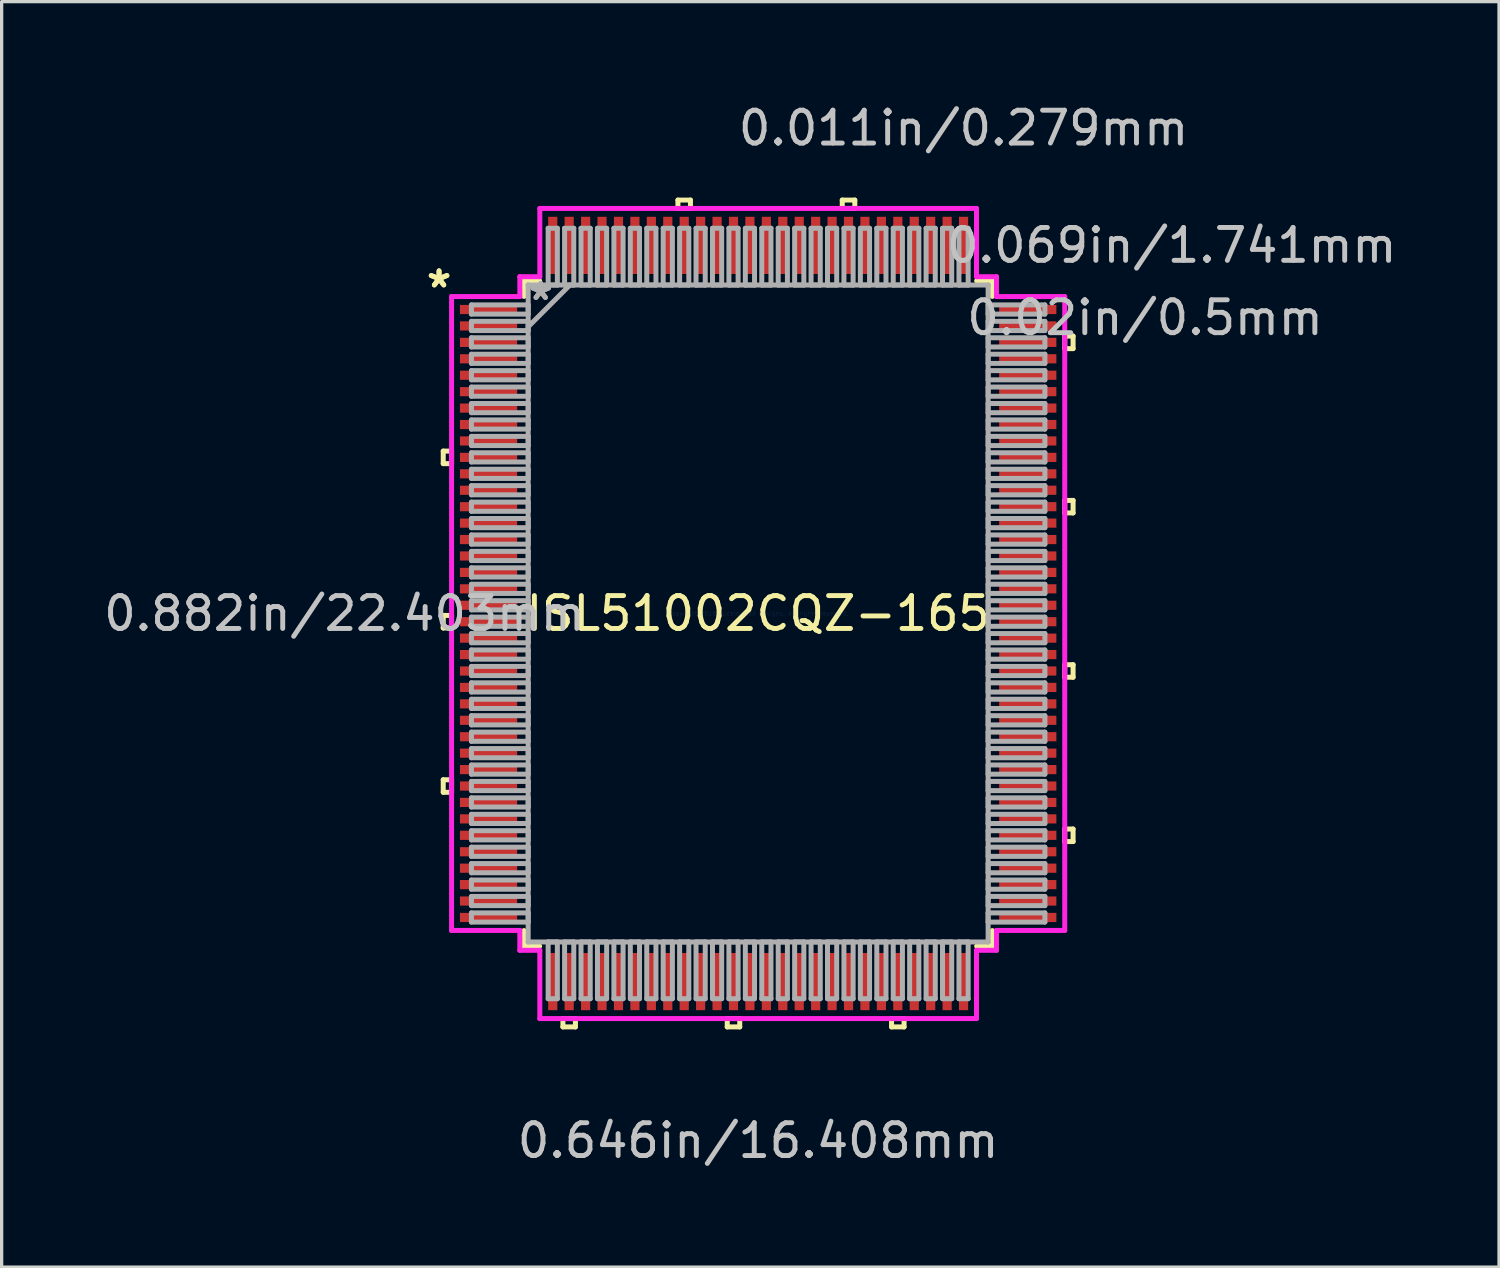
<source format=kicad_pcb>
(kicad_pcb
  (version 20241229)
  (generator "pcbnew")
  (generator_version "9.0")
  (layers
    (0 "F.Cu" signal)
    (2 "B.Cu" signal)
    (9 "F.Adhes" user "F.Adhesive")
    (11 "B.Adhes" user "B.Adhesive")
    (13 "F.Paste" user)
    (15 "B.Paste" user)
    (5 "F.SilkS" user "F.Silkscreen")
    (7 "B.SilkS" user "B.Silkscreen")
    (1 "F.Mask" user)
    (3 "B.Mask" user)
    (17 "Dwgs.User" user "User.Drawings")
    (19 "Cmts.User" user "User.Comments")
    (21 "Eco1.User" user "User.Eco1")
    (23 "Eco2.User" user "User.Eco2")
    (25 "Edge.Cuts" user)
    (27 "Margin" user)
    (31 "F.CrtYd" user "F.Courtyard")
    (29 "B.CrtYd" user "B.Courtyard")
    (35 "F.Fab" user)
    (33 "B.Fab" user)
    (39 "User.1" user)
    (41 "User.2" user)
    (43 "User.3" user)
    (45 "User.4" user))
  (footprint "ISL51002CQZ-165"
    (layer "F.Cu")
    (at 20.02 15.618)
    (property "Reference" "ISL51002CQZ-165" (at 0 0 0) (layer "F.SilkS") (effects (font (size 1 1) (thickness 0.15))))
    (attr through_hole)
    (fp_line (start -9.583 -4.941) (end -9.583 -4.56) (stroke (width 0.152) (type solid)) (layer "F.SilkS"))
    (fp_line (start -9.583 -4.56) (end -9.329 -4.56) (stroke (width 0.152) (type solid)) (layer "F.SilkS"))
    (fp_line (start -9.583 0.059) (end -9.583 0.441) (stroke (width 0.152) (type solid)) (layer "F.SilkS"))
    (fp_line (start -9.583 0.441) (end -9.329 0.441) (stroke (width 0.152) (type solid)) (layer "F.SilkS"))
    (fp_line (start -9.583 5.059) (end -9.583 5.441) (stroke (width 0.152) (type solid)) (layer "F.SilkS"))
    (fp_line (start -9.583 5.441) (end -9.329 5.441) (stroke (width 0.152) (type solid)) (layer "F.SilkS"))
    (fp_line (start -9.329 -4.941) (end -9.583 -4.941) (stroke (width 0.152) (type solid)) (layer "F.SilkS"))
    (fp_line (start -9.329 -4.56) (end -9.329 -4.941) (stroke (width 0.152) (type solid)) (layer "F.SilkS"))
    (fp_line (start -9.329 0.059) (end -9.583 0.059) (stroke (width 0.152) (type solid)) (layer "F.SilkS"))
    (fp_line (start -9.329 0.441) (end -9.329 0.059) (stroke (width 0.152) (type solid)) (layer "F.SilkS"))
    (fp_line (start -9.329 5.059) (end -9.583 5.059) (stroke (width 0.152) (type solid)) (layer "F.SilkS"))
    (fp_line (start -9.329 5.441) (end -9.329 5.059) (stroke (width 0.152) (type solid)) (layer "F.SilkS"))
    (fp_line (start -7.125 -10.122) (end -7.125 -9.649) (stroke (width 0.152) (type solid)) (layer "F.SilkS"))
    (fp_line (start -7.125 9.649) (end -7.125 10.122) (stroke (width 0.152) (type solid)) (layer "F.SilkS"))
    (fp_line (start -7.125 10.122) (end -6.649 10.122) (stroke (width 0.152) (type solid)) (layer "F.SilkS"))
    (fp_line (start -6.649 -10.122) (end -7.125 -10.122) (stroke (width 0.152) (type solid)) (layer "F.SilkS"))
    (fp_line (start -5.941 12.326) (end -5.941 12.58) (stroke (width 0.152) (type solid)) (layer "F.SilkS"))
    (fp_line (start -5.941 12.58) (end -5.56 12.58) (stroke (width 0.152) (type solid)) (layer "F.SilkS"))
    (fp_line (start -5.56 12.326) (end -5.941 12.326) (stroke (width 0.152) (type solid)) (layer "F.SilkS"))
    (fp_line (start -5.56 12.58) (end -5.56 12.326) (stroke (width 0.152) (type solid)) (layer "F.SilkS"))
    (fp_line (start -2.441 -12.58) (end -2.06 -12.58) (stroke (width 0.152) (type solid)) (layer "F.SilkS"))
    (fp_line (start -2.441 -12.326) (end -2.441 -12.58) (stroke (width 0.152) (type solid)) (layer "F.SilkS"))
    (fp_line (start -2.06 -12.58) (end -2.06 -12.326) (stroke (width 0.152) (type solid)) (layer "F.SilkS"))
    (fp_line (start -2.06 -12.326) (end -2.441 -12.326) (stroke (width 0.152) (type solid)) (layer "F.SilkS"))
    (fp_line (start -0.941 12.326) (end -0.941 12.58) (stroke (width 0.152) (type solid)) (layer "F.SilkS"))
    (fp_line (start -0.941 12.58) (end -0.56 12.58) (stroke (width 0.152) (type solid)) (layer "F.SilkS"))
    (fp_line (start -0.56 12.326) (end -0.941 12.326) (stroke (width 0.152) (type solid)) (layer "F.SilkS"))
    (fp_line (start -0.56 12.58) (end -0.56 12.326) (stroke (width 0.152) (type solid)) (layer "F.SilkS"))
    (fp_line (start 2.559 -12.58) (end 2.941 -12.58) (stroke (width 0.152) (type solid)) (layer "F.SilkS"))
    (fp_line (start 2.559 -12.326) (end 2.559 -12.58) (stroke (width 0.152) (type solid)) (layer "F.SilkS"))
    (fp_line (start 2.941 -12.58) (end 2.941 -12.326) (stroke (width 0.152) (type solid)) (layer "F.SilkS"))
    (fp_line (start 2.941 -12.326) (end 2.559 -12.326) (stroke (width 0.152) (type solid)) (layer "F.SilkS"))
    (fp_line (start 4.059 12.326) (end 4.059 12.58) (stroke (width 0.152) (type solid)) (layer "F.SilkS"))
    (fp_line (start 4.059 12.58) (end 4.44 12.58) (stroke (width 0.152) (type solid)) (layer "F.SilkS"))
    (fp_line (start 4.44 12.326) (end 4.059 12.326) (stroke (width 0.152) (type solid)) (layer "F.SilkS"))
    (fp_line (start 4.44 12.58) (end 4.44 12.326) (stroke (width 0.152) (type solid)) (layer "F.SilkS"))
    (fp_line (start 6.649 10.122) (end 7.125 10.122) (stroke (width 0.152) (type solid)) (layer "F.SilkS"))
    (fp_line (start 7.125 -10.122) (end 6.649 -10.122) (stroke (width 0.152) (type solid)) (layer "F.SilkS"))
    (fp_line (start 7.125 -9.649) (end 7.125 -10.122) (stroke (width 0.152) (type solid)) (layer "F.SilkS"))
    (fp_line (start 7.125 10.122) (end 7.125 9.649) (stroke (width 0.152) (type solid)) (layer "F.SilkS"))
    (fp_line (start 9.329 -8.441) (end 9.583 -8.441) (stroke (width 0.152) (type solid)) (layer "F.SilkS"))
    (fp_line (start 9.329 -8.06) (end 9.329 -8.441) (stroke (width 0.152) (type solid)) (layer "F.SilkS"))
    (fp_line (start 9.329 -3.441) (end 9.583 -3.441) (stroke (width 0.152) (type solid)) (layer "F.SilkS"))
    (fp_line (start 9.329 -3.06) (end 9.329 -3.441) (stroke (width 0.152) (type solid)) (layer "F.SilkS"))
    (fp_line (start 9.329 1.559) (end 9.583 1.559) (stroke (width 0.152) (type solid)) (layer "F.SilkS"))
    (fp_line (start 9.329 1.94) (end 9.329 1.559) (stroke (width 0.152) (type solid)) (layer "F.SilkS"))
    (fp_line (start 9.329 6.559) (end 9.583 6.559) (stroke (width 0.152) (type solid)) (layer "F.SilkS"))
    (fp_line (start 9.329 6.94) (end 9.329 6.559) (stroke (width 0.152) (type solid)) (layer "F.SilkS"))
    (fp_line (start 9.583 -8.441) (end 9.583 -8.06) (stroke (width 0.152) (type solid)) (layer "F.SilkS"))
    (fp_line (start 9.583 -8.06) (end 9.329 -8.06) (stroke (width 0.152) (type solid)) (layer "F.SilkS"))
    (fp_line (start 9.583 -3.441) (end 9.583 -3.06) (stroke (width 0.152) (type solid)) (layer "F.SilkS"))
    (fp_line (start 9.583 -3.06) (end 9.329 -3.06) (stroke (width 0.152) (type solid)) (layer "F.SilkS"))
    (fp_line (start 9.583 1.559) (end 9.583 1.94) (stroke (width 0.152) (type solid)) (layer "F.SilkS"))
    (fp_line (start 9.583 1.94) (end 9.329 1.94) (stroke (width 0.152) (type solid)) (layer "F.SilkS"))
    (fp_line (start 9.583 6.559) (end 9.583 6.94) (stroke (width 0.152) (type solid)) (layer "F.SilkS"))
    (fp_line (start 9.583 6.94) (end 9.329 6.94) (stroke (width 0.152) (type solid)) (layer "F.SilkS"))
    (fp_line (start -9.329 -9.644) (end -7.252 -9.644) (stroke (width 0.152) (type solid)) (layer "F.CrtYd"))
    (fp_line (start -9.329 9.644) (end -9.329 -9.644) (stroke (width 0.152) (type solid)) (layer "F.CrtYd"))
    (fp_line (start -7.252 -10.249) (end -6.644 -10.249) (stroke (width 0.152) (type solid)) (layer "F.CrtYd"))
    (fp_line (start -7.252 -9.644) (end -7.252 -10.249) (stroke (width 0.152) (type solid)) (layer "F.CrtYd"))
    (fp_line (start -7.252 9.644) (end -9.329 9.644) (stroke (width 0.152) (type solid)) (layer "F.CrtYd"))
    (fp_line (start -7.252 10.249) (end -7.252 9.644) (stroke (width 0.152) (type solid)) (layer "F.CrtYd"))
    (fp_line (start -6.644 -12.326) (end 6.644 -12.326) (stroke (width 0.152) (type solid)) (layer "F.CrtYd"))
    (fp_line (start -6.644 -10.249) (end -6.644 -12.326) (stroke (width 0.152) (type solid)) (layer "F.CrtYd"))
    (fp_line (start -6.644 10.249) (end -7.252 10.249) (stroke (width 0.152) (type solid)) (layer "F.CrtYd"))
    (fp_line (start -6.644 12.326) (end -6.644 10.249) (stroke (width 0.152) (type solid)) (layer "F.CrtYd"))
    (fp_line (start 6.644 -12.326) (end 6.644 -10.249) (stroke (width 0.152) (type solid)) (layer "F.CrtYd"))
    (fp_line (start 6.644 -10.249) (end 7.252 -10.249) (stroke (width 0.152) (type solid)) (layer "F.CrtYd"))
    (fp_line (start 6.644 10.249) (end 6.644 12.326) (stroke (width 0.152) (type solid)) (layer "F.CrtYd"))
    (fp_line (start 6.644 12.326) (end -6.644 12.326) (stroke (width 0.152) (type solid)) (layer "F.CrtYd"))
    (fp_line (start 7.252 -10.249) (end 7.252 -9.644) (stroke (width 0.152) (type solid)) (layer "F.CrtYd"))
    (fp_line (start 7.252 -9.644) (end 9.329 -9.644) (stroke (width 0.152) (type solid)) (layer "F.CrtYd"))
    (fp_line (start 7.252 9.644) (end 7.252 10.249) (stroke (width 0.152) (type solid)) (layer "F.CrtYd"))
    (fp_line (start 7.252 10.249) (end 6.644 10.249) (stroke (width 0.152) (type solid)) (layer "F.CrtYd"))
    (fp_line (start 9.329 -9.644) (end 9.329 9.644) (stroke (width 0.152) (type solid)) (layer "F.CrtYd"))
    (fp_line (start 9.329 9.644) (end 7.252 9.644) (stroke (width 0.152) (type solid)) (layer "F.CrtYd"))
    (fp_line (start -8.725 -9.39) (end -8.725 -9.11) (stroke (width 0.152) (type solid)) (layer "F.Fab"))
    (fp_line (start -8.725 -9.11) (end -6.998 -9.11) (stroke (width 0.152) (type solid)) (layer "F.Fab"))
    (fp_line (start -8.725 -8.89) (end -8.725 -8.61) (stroke (width 0.152) (type solid)) (layer "F.Fab"))
    (fp_line (start -8.725 -8.61) (end -6.998 -8.61) (stroke (width 0.152) (type solid)) (layer "F.Fab"))
    (fp_line (start -8.725 -8.39) (end -8.725 -8.11) (stroke (width 0.152) (type solid)) (layer "F.Fab"))
    (fp_line (start -8.725 -8.11) (end -6.998 -8.11) (stroke (width 0.152) (type solid)) (layer "F.Fab"))
    (fp_line (start -8.725 -7.89) (end -8.725 -7.61) (stroke (width 0.152) (type solid)) (layer "F.Fab"))
    (fp_line (start -8.725 -7.61) (end -6.998 -7.61) (stroke (width 0.152) (type solid)) (layer "F.Fab"))
    (fp_line (start -8.725 -7.39) (end -8.725 -7.11) (stroke (width 0.152) (type solid)) (layer "F.Fab"))
    (fp_line (start -8.725 -7.11) (end -6.998 -7.11) (stroke (width 0.152) (type solid)) (layer "F.Fab"))
    (fp_line (start -8.725 -6.89) (end -8.725 -6.61) (stroke (width 0.152) (type solid)) (layer "F.Fab"))
    (fp_line (start -8.725 -6.61) (end -6.998 -6.61) (stroke (width 0.152) (type solid)) (layer "F.Fab"))
    (fp_line (start -8.725 -6.39) (end -8.725 -6.11) (stroke (width 0.152) (type solid)) (layer "F.Fab"))
    (fp_line (start -8.725 -6.11) (end -6.998 -6.11) (stroke (width 0.152) (type solid)) (layer "F.Fab"))
    (fp_line (start -8.725 -5.89) (end -8.725 -5.61) (stroke (width 0.152) (type solid)) (layer "F.Fab"))
    (fp_line (start -8.725 -5.61) (end -6.998 -5.61) (stroke (width 0.152) (type solid)) (layer "F.Fab"))
    (fp_line (start -8.725 -5.39) (end -8.725 -5.11) (stroke (width 0.152) (type solid)) (layer "F.Fab"))
    (fp_line (start -8.725 -5.11) (end -6.998 -5.11) (stroke (width 0.152) (type solid)) (layer "F.Fab"))
    (fp_line (start -8.725 -4.89) (end -8.725 -4.61) (stroke (width 0.152) (type solid)) (layer "F.Fab"))
    (fp_line (start -8.725 -4.61) (end -6.998 -4.61) (stroke (width 0.152) (type solid)) (layer "F.Fab"))
    (fp_line (start -8.725 -4.39) (end -8.725 -4.11) (stroke (width 0.152) (type solid)) (layer "F.Fab"))
    (fp_line (start -8.725 -4.11) (end -6.998 -4.11) (stroke (width 0.152) (type solid)) (layer "F.Fab"))
    (fp_line (start -8.725 -3.89) (end -8.725 -3.61) (stroke (width 0.152) (type solid)) (layer "F.Fab"))
    (fp_line (start -8.725 -3.61) (end -6.998 -3.61) (stroke (width 0.152) (type solid)) (layer "F.Fab"))
    (fp_line (start -8.725 -3.39) (end -8.725 -3.11) (stroke (width 0.152) (type solid)) (layer "F.Fab"))
    (fp_line (start -8.725 -3.11) (end -6.998 -3.11) (stroke (width 0.152) (type solid)) (layer "F.Fab"))
    (fp_line (start -8.725 -2.89) (end -8.725 -2.61) (stroke (width 0.152) (type solid)) (layer "F.Fab"))
    (fp_line (start -8.725 -2.61) (end -6.998 -2.61) (stroke (width 0.152) (type solid)) (layer "F.Fab"))
    (fp_line (start -8.725 -2.39) (end -8.725 -2.11) (stroke (width 0.152) (type solid)) (layer "F.Fab"))
    (fp_line (start -8.725 -2.11) (end -6.998 -2.11) (stroke (width 0.152) (type solid)) (layer "F.Fab"))
    (fp_line (start -8.725 -1.89) (end -8.725 -1.61) (stroke (width 0.152) (type solid)) (layer "F.Fab"))
    (fp_line (start -8.725 -1.61) (end -6.998 -1.61) (stroke (width 0.152) (type solid)) (layer "F.Fab"))
    (fp_line (start -8.725 -1.39) (end -8.725 -1.11) (stroke (width 0.152) (type solid)) (layer "F.Fab"))
    (fp_line (start -8.725 -1.11) (end -6.998 -1.11) (stroke (width 0.152) (type solid)) (layer "F.Fab"))
    (fp_line (start -8.725 -0.89) (end -8.725 -0.61) (stroke (width 0.152) (type solid)) (layer "F.Fab"))
    (fp_line (start -8.725 -0.61) (end -6.998 -0.61) (stroke (width 0.152) (type solid)) (layer "F.Fab"))
    (fp_line (start -8.725 -0.39) (end -8.725 -0.11) (stroke (width 0.152) (type solid)) (layer "F.Fab"))
    (fp_line (start -8.725 -0.11) (end -6.998 -0.11) (stroke (width 0.152) (type solid)) (layer "F.Fab"))
    (fp_line (start -8.725 0.11) (end -8.725 0.39) (stroke (width 0.152) (type solid)) (layer "F.Fab"))
    (fp_line (start -8.725 0.39) (end -6.998 0.39) (stroke (width 0.152) (type solid)) (layer "F.Fab"))
    (fp_line (start -8.725 0.61) (end -8.725 0.89) (stroke (width 0.152) (type solid)) (layer "F.Fab"))
    (fp_line (start -8.725 0.89) (end -6.998 0.89) (stroke (width 0.152) (type solid)) (layer "F.Fab"))
    (fp_line (start -8.725 1.11) (end -8.725 1.39) (stroke (width 0.152) (type solid)) (layer "F.Fab"))
    (fp_line (start -8.725 1.39) (end -6.998 1.39) (stroke (width 0.152) (type solid)) (layer "F.Fab"))
    (fp_line (start -8.725 1.61) (end -8.725 1.89) (stroke (width 0.152) (type solid)) (layer "F.Fab"))
    (fp_line (start -8.725 1.89) (end -6.998 1.89) (stroke (width 0.152) (type solid)) (layer "F.Fab"))
    (fp_line (start -8.725 2.11) (end -8.725 2.39) (stroke (width 0.152) (type solid)) (layer "F.Fab"))
    (fp_line (start -8.725 2.39) (end -6.998 2.39) (stroke (width 0.152) (type solid)) (layer "F.Fab"))
    (fp_line (start -8.725 2.61) (end -8.725 2.89) (stroke (width 0.152) (type solid)) (layer "F.Fab"))
    (fp_line (start -8.725 2.89) (end -6.998 2.89) (stroke (width 0.152) (type solid)) (layer "F.Fab"))
    (fp_line (start -8.725 3.11) (end -8.725 3.39) (stroke (width 0.152) (type solid)) (layer "F.Fab"))
    (fp_line (start -8.725 3.39) (end -6.998 3.39) (stroke (width 0.152) (type solid)) (layer "F.Fab"))
    (fp_line (start -8.725 3.61) (end -8.725 3.89) (stroke (width 0.152) (type solid)) (layer "F.Fab"))
    (fp_line (start -8.725 3.89) (end -6.998 3.89) (stroke (width 0.152) (type solid)) (layer "F.Fab"))
    (fp_line (start -8.725 4.11) (end -8.725 4.39) (stroke (width 0.152) (type solid)) (layer "F.Fab"))
    (fp_line (start -8.725 4.39) (end -6.998 4.39) (stroke (width 0.152) (type solid)) (layer "F.Fab"))
    (fp_line (start -8.725 4.61) (end -8.725 4.89) (stroke (width 0.152) (type solid)) (layer "F.Fab"))
    (fp_line (start -8.725 4.89) (end -6.998 4.89) (stroke (width 0.152) (type solid)) (layer "F.Fab"))
    (fp_line (start -8.725 5.11) (end -8.725 5.39) (stroke (width 0.152) (type solid)) (layer "F.Fab"))
    (fp_line (start -8.725 5.39) (end -6.998 5.39) (stroke (width 0.152) (type solid)) (layer "F.Fab"))
    (fp_line (start -8.725 5.61) (end -8.725 5.89) (stroke (width 0.152) (type solid)) (layer "F.Fab"))
    (fp_line (start -8.725 5.89) (end -6.998 5.89) (stroke (width 0.152) (type solid)) (layer "F.Fab"))
    (fp_line (start -8.725 6.11) (end -8.725 6.39) (stroke (width 0.152) (type solid)) (layer "F.Fab"))
    (fp_line (start -8.725 6.39) (end -6.998 6.39) (stroke (width 0.152) (type solid)) (layer "F.Fab"))
    (fp_line (start -8.725 6.61) (end -8.725 6.89) (stroke (width 0.152) (type solid)) (layer "F.Fab"))
    (fp_line (start -8.725 6.89) (end -6.998 6.89) (stroke (width 0.152) (type solid)) (layer "F.Fab"))
    (fp_line (start -8.725 7.11) (end -8.725 7.39) (stroke (width 0.152) (type solid)) (layer "F.Fab"))
    (fp_line (start -8.725 7.39) (end -6.998 7.39) (stroke (width 0.152) (type solid)) (layer "F.Fab"))
    (fp_line (start -8.725 7.61) (end -8.725 7.89) (stroke (width 0.152) (type solid)) (layer "F.Fab"))
    (fp_line (start -8.725 7.89) (end -6.998 7.89) (stroke (width 0.152) (type solid)) (layer "F.Fab"))
    (fp_line (start -8.725 8.11) (end -8.725 8.39) (stroke (width 0.152) (type solid)) (layer "F.Fab"))
    (fp_line (start -8.725 8.39) (end -6.998 8.39) (stroke (width 0.152) (type solid)) (layer "F.Fab"))
    (fp_line (start -8.725 8.61) (end -8.725 8.89) (stroke (width 0.152) (type solid)) (layer "F.Fab"))
    (fp_line (start -8.725 8.89) (end -6.998 8.89) (stroke (width 0.152) (type solid)) (layer "F.Fab"))
    (fp_line (start -8.725 9.11) (end -8.725 9.39) (stroke (width 0.152) (type solid)) (layer "F.Fab"))
    (fp_line (start -8.725 9.39) (end -6.998 9.39) (stroke (width 0.152) (type solid)) (layer "F.Fab"))
    (fp_line (start -6.998 -9.995) (end -6.998 -9.995) (stroke (width 0.152) (type solid)) (layer "F.Fab"))
    (fp_line (start -6.998 -9.995) (end -6.998 9.995) (stroke (width 0.152) (type solid)) (layer "F.Fab"))
    (fp_line (start -6.998 -9.39) (end -8.725 -9.39) (stroke (width 0.152) (type solid)) (layer "F.Fab"))
    (fp_line (start -6.998 -9.11) (end -6.998 -9.39) (stroke (width 0.152) (type solid)) (layer "F.Fab"))
    (fp_line (start -6.998 -8.89) (end -8.725 -8.89) (stroke (width 0.152) (type solid)) (layer "F.Fab"))
    (fp_line (start -6.998 -8.725) (end -5.728 -9.995) (stroke (width 0.152) (type solid)) (layer "F.Fab"))
    (fp_line (start -6.998 -8.61) (end -6.998 -8.89) (stroke (width 0.152) (type solid)) (layer "F.Fab"))
    (fp_line (start -6.998 -8.39) (end -8.725 -8.39) (stroke (width 0.152) (type solid)) (layer "F.Fab"))
    (fp_line (start -6.998 -8.11) (end -6.998 -8.39) (stroke (width 0.152) (type solid)) (layer "F.Fab"))
    (fp_line (start -6.998 -7.89) (end -8.725 -7.89) (stroke (width 0.152) (type solid)) (layer "F.Fab"))
    (fp_line (start -6.998 -7.61) (end -6.998 -7.89) (stroke (width 0.152) (type solid)) (layer "F.Fab"))
    (fp_line (start -6.998 -7.39) (end -8.725 -7.39) (stroke (width 0.152) (type solid)) (layer "F.Fab"))
    (fp_line (start -6.998 -7.11) (end -6.998 -7.39) (stroke (width 0.152) (type solid)) (layer "F.Fab"))
    (fp_line (start -6.998 -6.89) (end -8.725 -6.89) (stroke (width 0.152) (type solid)) (layer "F.Fab"))
    (fp_line (start -6.998 -6.61) (end -6.998 -6.89) (stroke (width 0.152) (type solid)) (layer "F.Fab"))
    (fp_line (start -6.998 -6.39) (end -8.725 -6.39) (stroke (width 0.152) (type solid)) (layer "F.Fab"))
    (fp_line (start -6.998 -6.11) (end -6.998 -6.39) (stroke (width 0.152) (type solid)) (layer "F.Fab"))
    (fp_line (start -6.998 -5.89) (end -8.725 -5.89) (stroke (width 0.152) (type solid)) (layer "F.Fab"))
    (fp_line (start -6.998 -5.61) (end -6.998 -5.89) (stroke (width 0.152) (type solid)) (layer "F.Fab"))
    (fp_line (start -6.998 -5.39) (end -8.725 -5.39) (stroke (width 0.152) (type solid)) (layer "F.Fab"))
    (fp_line (start -6.998 -5.11) (end -6.998 -5.39) (stroke (width 0.152) (type solid)) (layer "F.Fab"))
    (fp_line (start -6.998 -4.89) (end -8.725 -4.89) (stroke (width 0.152) (type solid)) (layer "F.Fab"))
    (fp_line (start -6.998 -4.61) (end -6.998 -4.89) (stroke (width 0.152) (type solid)) (layer "F.Fab"))
    (fp_line (start -6.998 -4.39) (end -8.725 -4.39) (stroke (width 0.152) (type solid)) (layer "F.Fab"))
    (fp_line (start -6.998 -4.11) (end -6.998 -4.39) (stroke (width 0.152) (type solid)) (layer "F.Fab"))
    (fp_line (start -6.998 -3.89) (end -8.725 -3.89) (stroke (width 0.152) (type solid)) (layer "F.Fab"))
    (fp_line (start -6.998 -3.61) (end -6.998 -3.89) (stroke (width 0.152) (type solid)) (layer "F.Fab"))
    (fp_line (start -6.998 -3.39) (end -8.725 -3.39) (stroke (width 0.152) (type solid)) (layer "F.Fab"))
    (fp_line (start -6.998 -3.11) (end -6.998 -3.39) (stroke (width 0.152) (type solid)) (layer "F.Fab"))
    (fp_line (start -6.998 -2.89) (end -8.725 -2.89) (stroke (width 0.152) (type solid)) (layer "F.Fab"))
    (fp_line (start -6.998 -2.61) (end -6.998 -2.89) (stroke (width 0.152) (type solid)) (layer "F.Fab"))
    (fp_line (start -6.998 -2.39) (end -8.725 -2.39) (stroke (width 0.152) (type solid)) (layer "F.Fab"))
    (fp_line (start -6.998 -2.11) (end -6.998 -2.39) (stroke (width 0.152) (type solid)) (layer "F.Fab"))
    (fp_line (start -6.998 -1.89) (end -8.725 -1.89) (stroke (width 0.152) (type solid)) (layer "F.Fab"))
    (fp_line (start -6.998 -1.61) (end -6.998 -1.89) (stroke (width 0.152) (type solid)) (layer "F.Fab"))
    (fp_line (start -6.998 -1.39) (end -8.725 -1.39) (stroke (width 0.152) (type solid)) (layer "F.Fab"))
    (fp_line (start -6.998 -1.11) (end -6.998 -1.39) (stroke (width 0.152) (type solid)) (layer "F.Fab"))
    (fp_line (start -6.998 -0.89) (end -8.725 -0.89) (stroke (width 0.152) (type solid)) (layer "F.Fab"))
    (fp_line (start -6.998 -0.61) (end -6.998 -0.89) (stroke (width 0.152) (type solid)) (layer "F.Fab"))
    (fp_line (start -6.998 -0.39) (end -8.725 -0.39) (stroke (width 0.152) (type solid)) (layer "F.Fab"))
    (fp_line (start -6.998 -0.11) (end -6.998 -0.39) (stroke (width 0.152) (type solid)) (layer "F.Fab"))
    (fp_line (start -6.998 0.11) (end -8.725 0.11) (stroke (width 0.152) (type solid)) (layer "F.Fab"))
    (fp_line (start -6.998 0.39) (end -6.998 0.11) (stroke (width 0.152) (type solid)) (layer "F.Fab"))
    (fp_line (start -6.998 0.61) (end -8.725 0.61) (stroke (width 0.152) (type solid)) (layer "F.Fab"))
    (fp_line (start -6.998 0.89) (end -6.998 0.61) (stroke (width 0.152) (type solid)) (layer "F.Fab"))
    (fp_line (start -6.998 1.11) (end -8.725 1.11) (stroke (width 0.152) (type solid)) (layer "F.Fab"))
    (fp_line (start -6.998 1.39) (end -6.998 1.11) (stroke (width 0.152) (type solid)) (layer "F.Fab"))
    (fp_line (start -6.998 1.61) (end -8.725 1.61) (stroke (width 0.152) (type solid)) (layer "F.Fab"))
    (fp_line (start -6.998 1.89) (end -6.998 1.61) (stroke (width 0.152) (type solid)) (layer "F.Fab"))
    (fp_line (start -6.998 2.11) (end -8.725 2.11) (stroke (width 0.152) (type solid)) (layer "F.Fab"))
    (fp_line (start -6.998 2.39) (end -6.998 2.11) (stroke (width 0.152) (type solid)) (layer "F.Fab"))
    (fp_line (start -6.998 2.61) (end -8.725 2.61) (stroke (width 0.152) (type solid)) (layer "F.Fab"))
    (fp_line (start -6.998 2.89) (end -6.998 2.61) (stroke (width 0.152) (type solid)) (layer "F.Fab"))
    (fp_line (start -6.998 3.11) (end -8.725 3.11) (stroke (width 0.152) (type solid)) (layer "F.Fab"))
    (fp_line (start -6.998 3.39) (end -6.998 3.11) (stroke (width 0.152) (type solid)) (layer "F.Fab"))
    (fp_line (start -6.998 3.61) (end -8.725 3.61) (stroke (width 0.152) (type solid)) (layer "F.Fab"))
    (fp_line (start -6.998 3.89) (end -6.998 3.61) (stroke (width 0.152) (type solid)) (layer "F.Fab"))
    (fp_line (start -6.998 4.11) (end -8.725 4.11) (stroke (width 0.152) (type solid)) (layer "F.Fab"))
    (fp_line (start -6.998 4.39) (end -6.998 4.11) (stroke (width 0.152) (type solid)) (layer "F.Fab"))
    (fp_line (start -6.998 4.61) (end -8.725 4.61) (stroke (width 0.152) (type solid)) (layer "F.Fab"))
    (fp_line (start -6.998 4.89) (end -6.998 4.61) (stroke (width 0.152) (type solid)) (layer "F.Fab"))
    (fp_line (start -6.998 5.11) (end -8.725 5.11) (stroke (width 0.152) (type solid)) (layer "F.Fab"))
    (fp_line (start -6.998 5.39) (end -6.998 5.11) (stroke (width 0.152) (type solid)) (layer "F.Fab"))
    (fp_line (start -6.998 5.61) (end -8.725 5.61) (stroke (width 0.152) (type solid)) (layer "F.Fab"))
    (fp_line (start -6.998 5.89) (end -6.998 5.61) (stroke (width 0.152) (type solid)) (layer "F.Fab"))
    (fp_line (start -6.998 6.11) (end -8.725 6.11) (stroke (width 0.152) (type solid)) (layer "F.Fab"))
    (fp_line (start -6.998 6.39) (end -6.998 6.11) (stroke (width 0.152) (type solid)) (layer "F.Fab"))
    (fp_line (start -6.998 6.61) (end -8.725 6.61) (stroke (width 0.152) (type solid)) (layer "F.Fab"))
    (fp_line (start -6.998 6.89) (end -6.998 6.61) (stroke (width 0.152) (type solid)) (layer "F.Fab"))
    (fp_line (start -6.998 7.11) (end -8.725 7.11) (stroke (width 0.152) (type solid)) (layer "F.Fab"))
    (fp_line (start -6.998 7.39) (end -6.998 7.11) (stroke (width 0.152) (type solid)) (layer "F.Fab"))
    (fp_line (start -6.998 7.61) (end -8.725 7.61) (stroke (width 0.152) (type solid)) (layer "F.Fab"))
    (fp_line (start -6.998 7.89) (end -6.998 7.61) (stroke (width 0.152) (type solid)) (layer "F.Fab"))
    (fp_line (start -6.998 8.11) (end -8.725 8.11) (stroke (width 0.152) (type solid)) (layer "F.Fab"))
    (fp_line (start -6.998 8.39) (end -6.998 8.11) (stroke (width 0.152) (type solid)) (layer "F.Fab"))
    (fp_line (start -6.998 8.61) (end -8.725 8.61) (stroke (width 0.152) (type solid)) (layer "F.Fab"))
    (fp_line (start -6.998 8.89) (end -6.998 8.61) (stroke (width 0.152) (type solid)) (layer "F.Fab"))
    (fp_line (start -6.998 9.11) (end -8.725 9.11) (stroke (width 0.152) (type solid)) (layer "F.Fab"))
    (fp_line (start -6.998 9.39) (end -6.998 9.11) (stroke (width 0.152) (type solid)) (layer "F.Fab"))
    (fp_line (start -6.998 9.995) (end -6.998 9.995) (stroke (width 0.152) (type solid)) (layer "F.Fab"))
    (fp_line (start -6.998 9.995) (end 6.998 9.995) (stroke (width 0.152) (type solid)) (layer "F.Fab"))
    (fp_line (start -6.39 -11.722) (end -6.39 -9.995) (stroke (width 0.152) (type solid)) (layer "F.Fab"))
    (fp_line (start -6.39 -9.995) (end -6.11 -9.995) (stroke (width 0.152) (type solid)) (layer "F.Fab"))
    (fp_line (start -6.39 9.995) (end -6.39 11.722) (stroke (width 0.152) (type solid)) (layer "F.Fab"))
    (fp_line (start -6.39 11.722) (end -6.11 11.722) (stroke (width 0.152) (type solid)) (layer "F.Fab"))
    (fp_line (start -6.11 -11.722) (end -6.39 -11.722) (stroke (width 0.152) (type solid)) (layer "F.Fab"))
    (fp_line (start -6.11 -9.995) (end -6.11 -11.722) (stroke (width 0.152) (type solid)) (layer "F.Fab"))
    (fp_line (start -6.11 9.995) (end -6.39 9.995) (stroke (width 0.152) (type solid)) (layer "F.Fab"))
    (fp_line (start -6.11 11.722) (end -6.11 9.995) (stroke (width 0.152) (type solid)) (layer "F.Fab"))
    (fp_line (start -5.89 -11.722) (end -5.89 -9.995) (stroke (width 0.152) (type solid)) (layer "F.Fab"))
    (fp_line (start -5.89 -9.995) (end -5.61 -9.995) (stroke (width 0.152) (type solid)) (layer "F.Fab"))
    (fp_line (start -5.89 9.995) (end -5.89 11.722) (stroke (width 0.152) (type solid)) (layer "F.Fab"))
    (fp_line (start -5.89 11.722) (end -5.61 11.722) (stroke (width 0.152) (type solid)) (layer "F.Fab"))
    (fp_line (start -5.61 -11.722) (end -5.89 -11.722) (stroke (width 0.152) (type solid)) (layer "F.Fab"))
    (fp_line (start -5.61 -9.995) (end -5.61 -11.722) (stroke (width 0.152) (type solid)) (layer "F.Fab"))
    (fp_line (start -5.61 9.995) (end -5.89 9.995) (stroke (width 0.152) (type solid)) (layer "F.Fab"))
    (fp_line (start -5.61 11.722) (end -5.61 9.995) (stroke (width 0.152) (type solid)) (layer "F.Fab"))
    (fp_line (start -5.39 -11.722) (end -5.39 -9.995) (stroke (width 0.152) (type solid)) (layer "F.Fab"))
    (fp_line (start -5.39 -9.995) (end -5.11 -9.995) (stroke (width 0.152) (type solid)) (layer "F.Fab"))
    (fp_line (start -5.39 9.995) (end -5.39 11.722) (stroke (width 0.152) (type solid)) (layer "F.Fab"))
    (fp_line (start -5.39 11.722) (end -5.11 11.722) (stroke (width 0.152) (type solid)) (layer "F.Fab"))
    (fp_line (start -5.11 -11.722) (end -5.39 -11.722) (stroke (width 0.152) (type solid)) (layer "F.Fab"))
    (fp_line (start -5.11 -9.995) (end -5.11 -11.722) (stroke (width 0.152) (type solid)) (layer "F.Fab"))
    (fp_line (start -5.11 9.995) (end -5.39 9.995) (stroke (width 0.152) (type solid)) (layer "F.Fab"))
    (fp_line (start -5.11 11.722) (end -5.11 9.995) (stroke (width 0.152) (type solid)) (layer "F.Fab"))
    (fp_line (start -4.89 -11.722) (end -4.89 -9.995) (stroke (width 0.152) (type solid)) (layer "F.Fab"))
    (fp_line (start -4.89 -9.995) (end -4.61 -9.995) (stroke (width 0.152) (type solid)) (layer "F.Fab"))
    (fp_line (start -4.89 9.995) (end -4.89 11.722) (stroke (width 0.152) (type solid)) (layer "F.Fab"))
    (fp_line (start -4.89 11.722) (end -4.61 11.722) (stroke (width 0.152) (type solid)) (layer "F.Fab"))
    (fp_line (start -4.61 -11.722) (end -4.89 -11.722) (stroke (width 0.152) (type solid)) (layer "F.Fab"))
    (fp_line (start -4.61 -9.995) (end -4.61 -11.722) (stroke (width 0.152) (type solid)) (layer "F.Fab"))
    (fp_line (start -4.61 9.995) (end -4.89 9.995) (stroke (width 0.152) (type solid)) (layer "F.Fab"))
    (fp_line (start -4.61 11.722) (end -4.61 9.995) (stroke (width 0.152) (type solid)) (layer "F.Fab"))
    (fp_line (start -4.39 -11.722) (end -4.39 -9.995) (stroke (width 0.152) (type solid)) (layer "F.Fab"))
    (fp_line (start -4.39 -9.995) (end -4.11 -9.995) (stroke (width 0.152) (type solid)) (layer "F.Fab"))
    (fp_line (start -4.39 9.995) (end -4.39 11.722) (stroke (width 0.152) (type solid)) (layer "F.Fab"))
    (fp_line (start -4.39 11.722) (end -4.11 11.722) (stroke (width 0.152) (type solid)) (layer "F.Fab"))
    (fp_line (start -4.11 -11.722) (end -4.39 -11.722) (stroke (width 0.152) (type solid)) (layer "F.Fab"))
    (fp_line (start -4.11 -9.995) (end -4.11 -11.722) (stroke (width 0.152) (type solid)) (layer "F.Fab"))
    (fp_line (start -4.11 9.995) (end -4.39 9.995) (stroke (width 0.152) (type solid)) (layer "F.Fab"))
    (fp_line (start -4.11 11.722) (end -4.11 9.995) (stroke (width 0.152) (type solid)) (layer "F.Fab"))
    (fp_line (start -3.89 -11.722) (end -3.89 -9.995) (stroke (width 0.152) (type solid)) (layer "F.Fab"))
    (fp_line (start -3.89 -9.995) (end -3.61 -9.995) (stroke (width 0.152) (type solid)) (layer "F.Fab"))
    (fp_line (start -3.89 9.995) (end -3.89 11.722) (stroke (width 0.152) (type solid)) (layer "F.Fab"))
    (fp_line (start -3.89 11.722) (end -3.61 11.722) (stroke (width 0.152) (type solid)) (layer "F.Fab"))
    (fp_line (start -3.61 -11.722) (end -3.89 -11.722) (stroke (width 0.152) (type solid)) (layer "F.Fab"))
    (fp_line (start -3.61 -9.995) (end -3.61 -11.722) (stroke (width 0.152) (type solid)) (layer "F.Fab"))
    (fp_line (start -3.61 9.995) (end -3.89 9.995) (stroke (width 0.152) (type solid)) (layer "F.Fab"))
    (fp_line (start -3.61 11.722) (end -3.61 9.995) (stroke (width 0.152) (type solid)) (layer "F.Fab"))
    (fp_line (start -3.39 -11.722) (end -3.39 -9.995) (stroke (width 0.152) (type solid)) (layer "F.Fab"))
    (fp_line (start -3.39 -9.995) (end -3.11 -9.995) (stroke (width 0.152) (type solid)) (layer "F.Fab"))
    (fp_line (start -3.39 9.995) (end -3.39 11.722) (stroke (width 0.152) (type solid)) (layer "F.Fab"))
    (fp_line (start -3.39 11.722) (end -3.11 11.722) (stroke (width 0.152) (type solid)) (layer "F.Fab"))
    (fp_line (start -3.11 -11.722) (end -3.39 -11.722) (stroke (width 0.152) (type solid)) (layer "F.Fab"))
    (fp_line (start -3.11 -9.995) (end -3.11 -11.722) (stroke (width 0.152) (type solid)) (layer "F.Fab"))
    (fp_line (start -3.11 9.995) (end -3.39 9.995) (stroke (width 0.152) (type solid)) (layer "F.Fab"))
    (fp_line (start -3.11 11.722) (end -3.11 9.995) (stroke (width 0.152) (type solid)) (layer "F.Fab"))
    (fp_line (start -2.89 -11.722) (end -2.89 -9.995) (stroke (width 0.152) (type solid)) (layer "F.Fab"))
    (fp_line (start -2.89 -9.995) (end -2.61 -9.995) (stroke (width 0.152) (type solid)) (layer "F.Fab"))
    (fp_line (start -2.89 9.995) (end -2.89 11.722) (stroke (width 0.152) (type solid)) (layer "F.Fab"))
    (fp_line (start -2.89 11.722) (end -2.61 11.722) (stroke (width 0.152) (type solid)) (layer "F.Fab"))
    (fp_line (start -2.61 -11.722) (end -2.89 -11.722) (stroke (width 0.152) (type solid)) (layer "F.Fab"))
    (fp_line (start -2.61 -9.995) (end -2.61 -11.722) (stroke (width 0.152) (type solid)) (layer "F.Fab"))
    (fp_line (start -2.61 9.995) (end -2.89 9.995) (stroke (width 0.152) (type solid)) (layer "F.Fab"))
    (fp_line (start -2.61 11.722) (end -2.61 9.995) (stroke (width 0.152) (type solid)) (layer "F.Fab"))
    (fp_line (start -2.39 -11.722) (end -2.39 -9.995) (stroke (width 0.152) (type solid)) (layer "F.Fab"))
    (fp_line (start -2.39 -9.995) (end -2.11 -9.995) (stroke (width 0.152) (type solid)) (layer "F.Fab"))
    (fp_line (start -2.39 9.995) (end -2.39 11.722) (stroke (width 0.152) (type solid)) (layer "F.Fab"))
    (fp_line (start -2.39 11.722) (end -2.11 11.722) (stroke (width 0.152) (type solid)) (layer "F.Fab"))
    (fp_line (start -2.11 -11.722) (end -2.39 -11.722) (stroke (width 0.152) (type solid)) (layer "F.Fab"))
    (fp_line (start -2.11 -9.995) (end -2.11 -11.722) (stroke (width 0.152) (type solid)) (layer "F.Fab"))
    (fp_line (start -2.11 9.995) (end -2.39 9.995) (stroke (width 0.152) (type solid)) (layer "F.Fab"))
    (fp_line (start -2.11 11.722) (end -2.11 9.995) (stroke (width 0.152) (type solid)) (layer "F.Fab"))
    (fp_line (start -1.89 -11.722) (end -1.89 -9.995) (stroke (width 0.152) (type solid)) (layer "F.Fab"))
    (fp_line (start -1.89 -9.995) (end -1.61 -9.995) (stroke (width 0.152) (type solid)) (layer "F.Fab"))
    (fp_line (start -1.89 9.995) (end -1.89 11.722) (stroke (width 0.152) (type solid)) (layer "F.Fab"))
    (fp_line (start -1.89 11.722) (end -1.61 11.722) (stroke (width 0.152) (type solid)) (layer "F.Fab"))
    (fp_line (start -1.61 -11.722) (end -1.89 -11.722) (stroke (width 0.152) (type solid)) (layer "F.Fab"))
    (fp_line (start -1.61 -9.995) (end -1.61 -11.722) (stroke (width 0.152) (type solid)) (layer "F.Fab"))
    (fp_line (start -1.61 9.995) (end -1.89 9.995) (stroke (width 0.152) (type solid)) (layer "F.Fab"))
    (fp_line (start -1.61 11.722) (end -1.61 9.995) (stroke (width 0.152) (type solid)) (layer "F.Fab"))
    (fp_line (start -1.39 -11.722) (end -1.39 -9.995) (stroke (width 0.152) (type solid)) (layer "F.Fab"))
    (fp_line (start -1.39 -9.995) (end -1.11 -9.995) (stroke (width 0.152) (type solid)) (layer "F.Fab"))
    (fp_line (start -1.39 9.995) (end -1.39 11.722) (stroke (width 0.152) (type solid)) (layer "F.Fab"))
    (fp_line (start -1.39 11.722) (end -1.11 11.722) (stroke (width 0.152) (type solid)) (layer "F.Fab"))
    (fp_line (start -1.11 -11.722) (end -1.39 -11.722) (stroke (width 0.152) (type solid)) (layer "F.Fab"))
    (fp_line (start -1.11 -9.995) (end -1.11 -11.722) (stroke (width 0.152) (type solid)) (layer "F.Fab"))
    (fp_line (start -1.11 9.995) (end -1.39 9.995) (stroke (width 0.152) (type solid)) (layer "F.Fab"))
    (fp_line (start -1.11 11.722) (end -1.11 9.995) (stroke (width 0.152) (type solid)) (layer "F.Fab"))
    (fp_line (start -0.89 -11.722) (end -0.89 -9.995) (stroke (width 0.152) (type solid)) (layer "F.Fab"))
    (fp_line (start -0.89 -9.995) (end -0.61 -9.995) (stroke (width 0.152) (type solid)) (layer "F.Fab"))
    (fp_line (start -0.89 9.995) (end -0.89 11.722) (stroke (width 0.152) (type solid)) (layer "F.Fab"))
    (fp_line (start -0.89 11.722) (end -0.61 11.722) (stroke (width 0.152) (type solid)) (layer "F.Fab"))
    (fp_line (start -0.61 -11.722) (end -0.89 -11.722) (stroke (width 0.152) (type solid)) (layer "F.Fab"))
    (fp_line (start -0.61 -9.995) (end -0.61 -11.722) (stroke (width 0.152) (type solid)) (layer "F.Fab"))
    (fp_line (start -0.61 9.995) (end -0.89 9.995) (stroke (width 0.152) (type solid)) (layer "F.Fab"))
    (fp_line (start -0.61 11.722) (end -0.61 9.995) (stroke (width 0.152) (type solid)) (layer "F.Fab"))
    (fp_line (start -0.39 -11.722) (end -0.39 -9.995) (stroke (width 0.152) (type solid)) (layer "F.Fab"))
    (fp_line (start -0.39 -9.995) (end -0.11 -9.995) (stroke (width 0.152) (type solid)) (layer "F.Fab"))
    (fp_line (start -0.39 9.995) (end -0.39 11.722) (stroke (width 0.152) (type solid)) (layer "F.Fab"))
    (fp_line (start -0.39 11.722) (end -0.11 11.722) (stroke (width 0.152) (type solid)) (layer "F.Fab"))
    (fp_line (start -0.11 -11.722) (end -0.39 -11.722) (stroke (width 0.152) (type solid)) (layer "F.Fab"))
    (fp_line (start -0.11 -9.995) (end -0.11 -11.722) (stroke (width 0.152) (type solid)) (layer "F.Fab"))
    (fp_line (start -0.11 9.995) (end -0.39 9.995) (stroke (width 0.152) (type solid)) (layer "F.Fab"))
    (fp_line (start -0.11 11.722) (end -0.11 9.995) (stroke (width 0.152) (type solid)) (layer "F.Fab"))
    (fp_line (start 0.11 -11.722) (end 0.11 -9.995) (stroke (width 0.152) (type solid)) (layer "F.Fab"))
    (fp_line (start 0.11 -9.995) (end 0.39 -9.995) (stroke (width 0.152) (type solid)) (layer "F.Fab"))
    (fp_line (start 0.11 9.995) (end 0.11 11.722) (stroke (width 0.152) (type solid)) (layer "F.Fab"))
    (fp_line (start 0.11 11.722) (end 0.39 11.722) (stroke (width 0.152) (type solid)) (layer "F.Fab"))
    (fp_line (start 0.39 -11.722) (end 0.11 -11.722) (stroke (width 0.152) (type solid)) (layer "F.Fab"))
    (fp_line (start 0.39 -9.995) (end 0.39 -11.722) (stroke (width 0.152) (type solid)) (layer "F.Fab"))
    (fp_line (start 0.39 9.995) (end 0.11 9.995) (stroke (width 0.152) (type solid)) (layer "F.Fab"))
    (fp_line (start 0.39 11.722) (end 0.39 9.995) (stroke (width 0.152) (type solid)) (layer "F.Fab"))
    (fp_line (start 0.61 -11.722) (end 0.61 -9.995) (stroke (width 0.152) (type solid)) (layer "F.Fab"))
    (fp_line (start 0.61 -9.995) (end 0.89 -9.995) (stroke (width 0.152) (type solid)) (layer "F.Fab"))
    (fp_line (start 0.61 9.995) (end 0.61 11.722) (stroke (width 0.152) (type solid)) (layer "F.Fab"))
    (fp_line (start 0.61 11.722) (end 0.89 11.722) (stroke (width 0.152) (type solid)) (layer "F.Fab"))
    (fp_line (start 0.89 -11.722) (end 0.61 -11.722) (stroke (width 0.152) (type solid)) (layer "F.Fab"))
    (fp_line (start 0.89 -9.995) (end 0.89 -11.722) (stroke (width 0.152) (type solid)) (layer "F.Fab"))
    (fp_line (start 0.89 9.995) (end 0.61 9.995) (stroke (width 0.152) (type solid)) (layer "F.Fab"))
    (fp_line (start 0.89 11.722) (end 0.89 9.995) (stroke (width 0.152) (type solid)) (layer "F.Fab"))
    (fp_line (start 1.11 -11.722) (end 1.11 -9.995) (stroke (width 0.152) (type solid)) (layer "F.Fab"))
    (fp_line (start 1.11 -9.995) (end 1.39 -9.995) (stroke (width 0.152) (type solid)) (layer "F.Fab"))
    (fp_line (start 1.11 9.995) (end 1.11 11.722) (stroke (width 0.152) (type solid)) (layer "F.Fab"))
    (fp_line (start 1.11 11.722) (end 1.39 11.722) (stroke (width 0.152) (type solid)) (layer "F.Fab"))
    (fp_line (start 1.39 -11.722) (end 1.11 -11.722) (stroke (width 0.152) (type solid)) (layer "F.Fab"))
    (fp_line (start 1.39 -9.995) (end 1.39 -11.722) (stroke (width 0.152) (type solid)) (layer "F.Fab"))
    (fp_line (start 1.39 9.995) (end 1.11 9.995) (stroke (width 0.152) (type solid)) (layer "F.Fab"))
    (fp_line (start 1.39 11.722) (end 1.39 9.995) (stroke (width 0.152) (type solid)) (layer "F.Fab"))
    (fp_line (start 1.61 -11.722) (end 1.61 -9.995) (stroke (width 0.152) (type solid)) (layer "F.Fab"))
    (fp_line (start 1.61 -9.995) (end 1.89 -9.995) (stroke (width 0.152) (type solid)) (layer "F.Fab"))
    (fp_line (start 1.61 9.995) (end 1.61 11.722) (stroke (width 0.152) (type solid)) (layer "F.Fab"))
    (fp_line (start 1.61 11.722) (end 1.89 11.722) (stroke (width 0.152) (type solid)) (layer "F.Fab"))
    (fp_line (start 1.89 -11.722) (end 1.61 -11.722) (stroke (width 0.152) (type solid)) (layer "F.Fab"))
    (fp_line (start 1.89 -9.995) (end 1.89 -11.722) (stroke (width 0.152) (type solid)) (layer "F.Fab"))
    (fp_line (start 1.89 9.995) (end 1.61 9.995) (stroke (width 0.152) (type solid)) (layer "F.Fab"))
    (fp_line (start 1.89 11.722) (end 1.89 9.995) (stroke (width 0.152) (type solid)) (layer "F.Fab"))
    (fp_line (start 2.11 -11.722) (end 2.11 -9.995) (stroke (width 0.152) (type solid)) (layer "F.Fab"))
    (fp_line (start 2.11 -9.995) (end 2.39 -9.995) (stroke (width 0.152) (type solid)) (layer "F.Fab"))
    (fp_line (start 2.11 9.995) (end 2.11 11.722) (stroke (width 0.152) (type solid)) (layer "F.Fab"))
    (fp_line (start 2.11 11.722) (end 2.39 11.722) (stroke (width 0.152) (type solid)) (layer "F.Fab"))
    (fp_line (start 2.39 -11.722) (end 2.11 -11.722) (stroke (width 0.152) (type solid)) (layer "F.Fab"))
    (fp_line (start 2.39 -9.995) (end 2.39 -11.722) (stroke (width 0.152) (type solid)) (layer "F.Fab"))
    (fp_line (start 2.39 9.995) (end 2.11 9.995) (stroke (width 0.152) (type solid)) (layer "F.Fab"))
    (fp_line (start 2.39 11.722) (end 2.39 9.995) (stroke (width 0.152) (type solid)) (layer "F.Fab"))
    (fp_line (start 2.61 -11.722) (end 2.61 -9.995) (stroke (width 0.152) (type solid)) (layer "F.Fab"))
    (fp_line (start 2.61 -9.995) (end 2.89 -9.995) (stroke (width 0.152) (type solid)) (layer "F.Fab"))
    (fp_line (start 2.61 9.995) (end 2.61 11.722) (stroke (width 0.152) (type solid)) (layer "F.Fab"))
    (fp_line (start 2.61 11.722) (end 2.89 11.722) (stroke (width 0.152) (type solid)) (layer "F.Fab"))
    (fp_line (start 2.89 -11.722) (end 2.61 -11.722) (stroke (width 0.152) (type solid)) (layer "F.Fab"))
    (fp_line (start 2.89 -9.995) (end 2.89 -11.722) (stroke (width 0.152) (type solid)) (layer "F.Fab"))
    (fp_line (start 2.89 9.995) (end 2.61 9.995) (stroke (width 0.152) (type solid)) (layer "F.Fab"))
    (fp_line (start 2.89 11.722) (end 2.89 9.995) (stroke (width 0.152) (type solid)) (layer "F.Fab"))
    (fp_line (start 3.11 -11.722) (end 3.11 -9.995) (stroke (width 0.152) (type solid)) (layer "F.Fab"))
    (fp_line (start 3.11 -9.995) (end 3.39 -9.995) (stroke (width 0.152) (type solid)) (layer "F.Fab"))
    (fp_line (start 3.11 9.995) (end 3.11 11.722) (stroke (width 0.152) (type solid)) (layer "F.Fab"))
    (fp_line (start 3.11 11.722) (end 3.39 11.722) (stroke (width 0.152) (type solid)) (layer "F.Fab"))
    (fp_line (start 3.39 -11.722) (end 3.11 -11.722) (stroke (width 0.152) (type solid)) (layer "F.Fab"))
    (fp_line (start 3.39 -9.995) (end 3.39 -11.722) (stroke (width 0.152) (type solid)) (layer "F.Fab"))
    (fp_line (start 3.39 9.995) (end 3.11 9.995) (stroke (width 0.152) (type solid)) (layer "F.Fab"))
    (fp_line (start 3.39 11.722) (end 3.39 9.995) (stroke (width 0.152) (type solid)) (layer "F.Fab"))
    (fp_line (start 3.61 -11.722) (end 3.61 -9.995) (stroke (width 0.152) (type solid)) (layer "F.Fab"))
    (fp_line (start 3.61 -9.995) (end 3.89 -9.995) (stroke (width 0.152) (type solid)) (layer "F.Fab"))
    (fp_line (start 3.61 9.995) (end 3.61 11.722) (stroke (width 0.152) (type solid)) (layer "F.Fab"))
    (fp_line (start 3.61 11.722) (end 3.89 11.722) (stroke (width 0.152) (type solid)) (layer "F.Fab"))
    (fp_line (start 3.89 -11.722) (end 3.61 -11.722) (stroke (width 0.152) (type solid)) (layer "F.Fab"))
    (fp_line (start 3.89 -9.995) (end 3.89 -11.722) (stroke (width 0.152) (type solid)) (layer "F.Fab"))
    (fp_line (start 3.89 9.995) (end 3.61 9.995) (stroke (width 0.152) (type solid)) (layer "F.Fab"))
    (fp_line (start 3.89 11.722) (end 3.89 9.995) (stroke (width 0.152) (type solid)) (layer "F.Fab"))
    (fp_line (start 4.11 -11.722) (end 4.11 -9.995) (stroke (width 0.152) (type solid)) (layer "F.Fab"))
    (fp_line (start 4.11 -9.995) (end 4.39 -9.995) (stroke (width 0.152) (type solid)) (layer "F.Fab"))
    (fp_line (start 4.11 9.995) (end 4.11 11.722) (stroke (width 0.152) (type solid)) (layer "F.Fab"))
    (fp_line (start 4.11 11.722) (end 4.39 11.722) (stroke (width 0.152) (type solid)) (layer "F.Fab"))
    (fp_line (start 4.39 -11.722) (end 4.11 -11.722) (stroke (width 0.152) (type solid)) (layer "F.Fab"))
    (fp_line (start 4.39 -9.995) (end 4.39 -11.722) (stroke (width 0.152) (type solid)) (layer "F.Fab"))
    (fp_line (start 4.39 9.995) (end 4.11 9.995) (stroke (width 0.152) (type solid)) (layer "F.Fab"))
    (fp_line (start 4.39 11.722) (end 4.39 9.995) (stroke (width 0.152) (type solid)) (layer "F.Fab"))
    (fp_line (start 4.61 -11.722) (end 4.61 -9.995) (stroke (width 0.152) (type solid)) (layer "F.Fab"))
    (fp_line (start 4.61 -9.995) (end 4.89 -9.995) (stroke (width 0.152) (type solid)) (layer "F.Fab"))
    (fp_line (start 4.61 9.995) (end 4.61 11.722) (stroke (width 0.152) (type solid)) (layer "F.Fab"))
    (fp_line (start 4.61 11.722) (end 4.89 11.722) (stroke (width 0.152) (type solid)) (layer "F.Fab"))
    (fp_line (start 4.89 -11.722) (end 4.61 -11.722) (stroke (width 0.152) (type solid)) (layer "F.Fab"))
    (fp_line (start 4.89 -9.995) (end 4.89 -11.722) (stroke (width 0.152) (type solid)) (layer "F.Fab"))
    (fp_line (start 4.89 9.995) (end 4.61 9.995) (stroke (width 0.152) (type solid)) (layer "F.Fab"))
    (fp_line (start 4.89 11.722) (end 4.89 9.995) (stroke (width 0.152) (type solid)) (layer "F.Fab"))
    (fp_line (start 5.11 -11.722) (end 5.11 -9.995) (stroke (width 0.152) (type solid)) (layer "F.Fab"))
    (fp_line (start 5.11 -9.995) (end 5.39 -9.995) (stroke (width 0.152) (type solid)) (layer "F.Fab"))
    (fp_line (start 5.11 9.995) (end 5.11 11.722) (stroke (width 0.152) (type solid)) (layer "F.Fab"))
    (fp_line (start 5.11 11.722) (end 5.39 11.722) (stroke (width 0.152) (type solid)) (layer "F.Fab"))
    (fp_line (start 5.39 -11.722) (end 5.11 -11.722) (stroke (width 0.152) (type solid)) (layer "F.Fab"))
    (fp_line (start 5.39 -9.995) (end 5.39 -11.722) (stroke (width 0.152) (type solid)) (layer "F.Fab"))
    (fp_line (start 5.39 9.995) (end 5.11 9.995) (stroke (width 0.152) (type solid)) (layer "F.Fab"))
    (fp_line (start 5.39 11.722) (end 5.39 9.995) (stroke (width 0.152) (type solid)) (layer "F.Fab"))
    (fp_line (start 5.61 -11.722) (end 5.61 -9.995) (stroke (width 0.152) (type solid)) (layer "F.Fab"))
    (fp_line (start 5.61 -9.995) (end 5.89 -9.995) (stroke (width 0.152) (type solid)) (layer "F.Fab"))
    (fp_line (start 5.61 9.995) (end 5.61 11.722) (stroke (width 0.152) (type solid)) (layer "F.Fab"))
    (fp_line (start 5.61 11.722) (end 5.89 11.722) (stroke (width 0.152) (type solid)) (layer "F.Fab"))
    (fp_line (start 5.89 -11.722) (end 5.61 -11.722) (stroke (width 0.152) (type solid)) (layer "F.Fab"))
    (fp_line (start 5.89 -9.995) (end 5.89 -11.722) (stroke (width 0.152) (type solid)) (layer "F.Fab"))
    (fp_line (start 5.89 9.995) (end 5.61 9.995) (stroke (width 0.152) (type solid)) (layer "F.Fab"))
    (fp_line (start 5.89 11.722) (end 5.89 9.995) (stroke (width 0.152) (type solid)) (layer "F.Fab"))
    (fp_line (start 6.11 -11.722) (end 6.11 -9.995) (stroke (width 0.152) (type solid)) (layer "F.Fab"))
    (fp_line (start 6.11 -9.995) (end 6.39 -9.995) (stroke (width 0.152) (type solid)) (layer "F.Fab"))
    (fp_line (start 6.11 9.995) (end 6.11 11.722) (stroke (width 0.152) (type solid)) (layer "F.Fab"))
    (fp_line (start 6.11 11.722) (end 6.39 11.722) (stroke (width 0.152) (type solid)) (layer "F.Fab"))
    (fp_line (start 6.39 -11.722) (end 6.11 -11.722) (stroke (width 0.152) (type solid)) (layer "F.Fab"))
    (fp_line (start 6.39 -9.995) (end 6.39 -11.722) (stroke (width 0.152) (type solid)) (layer "F.Fab"))
    (fp_line (start 6.39 9.995) (end 6.11 9.995) (stroke (width 0.152) (type solid)) (layer "F.Fab"))
    (fp_line (start 6.39 11.722) (end 6.39 9.995) (stroke (width 0.152) (type solid)) (layer "F.Fab"))
    (fp_line (start 6.998 -9.995) (end -6.998 -9.995) (stroke (width 0.152) (type solid)) (layer "F.Fab"))
    (fp_line (start 6.998 -9.995) (end 6.998 -9.995) (stroke (width 0.152) (type solid)) (layer "F.Fab"))
    (fp_line (start 6.998 -9.39) (end 6.998 -9.11) (stroke (width 0.152) (type solid)) (layer "F.Fab"))
    (fp_line (start 6.998 -9.11) (end 8.725 -9.11) (stroke (width 0.152) (type solid)) (layer "F.Fab"))
    (fp_line (start 6.998 -8.89) (end 6.998 -8.61) (stroke (width 0.152) (type solid)) (layer "F.Fab"))
    (fp_line (start 6.998 -8.61) (end 8.725 -8.61) (stroke (width 0.152) (type solid)) (layer "F.Fab"))
    (fp_line (start 6.998 -8.39) (end 6.998 -8.11) (stroke (width 0.152) (type solid)) (layer "F.Fab"))
    (fp_line (start 6.998 -8.11) (end 8.725 -8.11) (stroke (width 0.152) (type solid)) (layer "F.Fab"))
    (fp_line (start 6.998 -7.89) (end 6.998 -7.61) (stroke (width 0.152) (type solid)) (layer "F.Fab"))
    (fp_line (start 6.998 -7.61) (end 8.725 -7.61) (stroke (width 0.152) (type solid)) (layer "F.Fab"))
    (fp_line (start 6.998 -7.39) (end 6.998 -7.11) (stroke (width 0.152) (type solid)) (layer "F.Fab"))
    (fp_line (start 6.998 -7.11) (end 8.725 -7.11) (stroke (width 0.152) (type solid)) (layer "F.Fab"))
    (fp_line (start 6.998 -6.89) (end 6.998 -6.61) (stroke (width 0.152) (type solid)) (layer "F.Fab"))
    (fp_line (start 6.998 -6.61) (end 8.725 -6.61) (stroke (width 0.152) (type solid)) (layer "F.Fab"))
    (fp_line (start 6.998 -6.39) (end 6.998 -6.11) (stroke (width 0.152) (type solid)) (layer "F.Fab"))
    (fp_line (start 6.998 -6.11) (end 8.725 -6.11) (stroke (width 0.152) (type solid)) (layer "F.Fab"))
    (fp_line (start 6.998 -5.89) (end 6.998 -5.61) (stroke (width 0.152) (type solid)) (layer "F.Fab"))
    (fp_line (start 6.998 -5.61) (end 8.725 -5.61) (stroke (width 0.152) (type solid)) (layer "F.Fab"))
    (fp_line (start 6.998 -5.39) (end 6.998 -5.11) (stroke (width 0.152) (type solid)) (layer "F.Fab"))
    (fp_line (start 6.998 -5.11) (end 8.725 -5.11) (stroke (width 0.152) (type solid)) (layer "F.Fab"))
    (fp_line (start 6.998 -4.89) (end 6.998 -4.61) (stroke (width 0.152) (type solid)) (layer "F.Fab"))
    (fp_line (start 6.998 -4.61) (end 8.725 -4.61) (stroke (width 0.152) (type solid)) (layer "F.Fab"))
    (fp_line (start 6.998 -4.39) (end 6.998 -4.11) (stroke (width 0.152) (type solid)) (layer "F.Fab"))
    (fp_line (start 6.998 -4.11) (end 8.725 -4.11) (stroke (width 0.152) (type solid)) (layer "F.Fab"))
    (fp_line (start 6.998 -3.89) (end 6.998 -3.61) (stroke (width 0.152) (type solid)) (layer "F.Fab"))
    (fp_line (start 6.998 -3.61) (end 8.725 -3.61) (stroke (width 0.152) (type solid)) (layer "F.Fab"))
    (fp_line (start 6.998 -3.39) (end 6.998 -3.11) (stroke (width 0.152) (type solid)) (layer "F.Fab"))
    (fp_line (start 6.998 -3.11) (end 8.725 -3.11) (stroke (width 0.152) (type solid)) (layer "F.Fab"))
    (fp_line (start 6.998 -2.89) (end 6.998 -2.61) (stroke (width 0.152) (type solid)) (layer "F.Fab"))
    (fp_line (start 6.998 -2.61) (end 8.725 -2.61) (stroke (width 0.152) (type solid)) (layer "F.Fab"))
    (fp_line (start 6.998 -2.39) (end 6.998 -2.11) (stroke (width 0.152) (type solid)) (layer "F.Fab"))
    (fp_line (start 6.998 -2.11) (end 8.725 -2.11) (stroke (width 0.152) (type solid)) (layer "F.Fab"))
    (fp_line (start 6.998 -1.89) (end 6.998 -1.61) (stroke (width 0.152) (type solid)) (layer "F.Fab"))
    (fp_line (start 6.998 -1.61) (end 8.725 -1.61) (stroke (width 0.152) (type solid)) (layer "F.Fab"))
    (fp_line (start 6.998 -1.39) (end 6.998 -1.11) (stroke (width 0.152) (type solid)) (layer "F.Fab"))
    (fp_line (start 6.998 -1.11) (end 8.725 -1.11) (stroke (width 0.152) (type solid)) (layer "F.Fab"))
    (fp_line (start 6.998 -0.89) (end 6.998 -0.61) (stroke (width 0.152) (type solid)) (layer "F.Fab"))
    (fp_line (start 6.998 -0.61) (end 8.725 -0.61) (stroke (width 0.152) (type solid)) (layer "F.Fab"))
    (fp_line (start 6.998 -0.39) (end 6.998 -0.11) (stroke (width 0.152) (type solid)) (layer "F.Fab"))
    (fp_line (start 6.998 -0.11) (end 8.725 -0.11) (stroke (width 0.152) (type solid)) (layer "F.Fab"))
    (fp_line (start 6.998 0.11) (end 6.998 0.39) (stroke (width 0.152) (type solid)) (layer "F.Fab"))
    (fp_line (start 6.998 0.39) (end 8.725 0.39) (stroke (width 0.152) (type solid)) (layer "F.Fab"))
    (fp_line (start 6.998 0.61) (end 6.998 0.89) (stroke (width 0.152) (type solid)) (layer "F.Fab"))
    (fp_line (start 6.998 0.89) (end 8.725 0.89) (stroke (width 0.152) (type solid)) (layer "F.Fab"))
    (fp_line (start 6.998 1.11) (end 6.998 1.39) (stroke (width 0.152) (type solid)) (layer "F.Fab"))
    (fp_line (start 6.998 1.39) (end 8.725 1.39) (stroke (width 0.152) (type solid)) (layer "F.Fab"))
    (fp_line (start 6.998 1.61) (end 6.998 1.89) (stroke (width 0.152) (type solid)) (layer "F.Fab"))
    (fp_line (start 6.998 1.89) (end 8.725 1.89) (stroke (width 0.152) (type solid)) (layer "F.Fab"))
    (fp_line (start 6.998 2.11) (end 6.998 2.39) (stroke (width 0.152) (type solid)) (layer "F.Fab"))
    (fp_line (start 6.998 2.39) (end 8.725 2.39) (stroke (width 0.152) (type solid)) (layer "F.Fab"))
    (fp_line (start 6.998 2.61) (end 6.998 2.89) (stroke (width 0.152) (type solid)) (layer "F.Fab"))
    (fp_line (start 6.998 2.89) (end 8.725 2.89) (stroke (width 0.152) (type solid)) (layer "F.Fab"))
    (fp_line (start 6.998 3.11) (end 6.998 3.39) (stroke (width 0.152) (type solid)) (layer "F.Fab"))
    (fp_line (start 6.998 3.39) (end 8.725 3.39) (stroke (width 0.152) (type solid)) (layer "F.Fab"))
    (fp_line (start 6.998 3.61) (end 6.998 3.89) (stroke (width 0.152) (type solid)) (layer "F.Fab"))
    (fp_line (start 6.998 3.89) (end 8.725 3.89) (stroke (width 0.152) (type solid)) (layer "F.Fab"))
    (fp_line (start 6.998 4.11) (end 6.998 4.39) (stroke (width 0.152) (type solid)) (layer "F.Fab"))
    (fp_line (start 6.998 4.39) (end 8.725 4.39) (stroke (width 0.152) (type solid)) (layer "F.Fab"))
    (fp_line (start 6.998 4.61) (end 6.998 4.89) (stroke (width 0.152) (type solid)) (layer "F.Fab"))
    (fp_line (start 6.998 4.89) (end 8.725 4.89) (stroke (width 0.152) (type solid)) (layer "F.Fab"))
    (fp_line (start 6.998 5.11) (end 6.998 5.39) (stroke (width 0.152) (type solid)) (layer "F.Fab"))
    (fp_line (start 6.998 5.39) (end 8.725 5.39) (stroke (width 0.152) (type solid)) (layer "F.Fab"))
    (fp_line (start 6.998 5.61) (end 6.998 5.89) (stroke (width 0.152) (type solid)) (layer "F.Fab"))
    (fp_line (start 6.998 5.89) (end 8.725 5.89) (stroke (width 0.152) (type solid)) (layer "F.Fab"))
    (fp_line (start 6.998 6.11) (end 6.998 6.39) (stroke (width 0.152) (type solid)) (layer "F.Fab"))
    (fp_line (start 6.998 6.39) (end 8.725 6.39) (stroke (width 0.152) (type solid)) (layer "F.Fab"))
    (fp_line (start 6.998 6.61) (end 6.998 6.89) (stroke (width 0.152) (type solid)) (layer "F.Fab"))
    (fp_line (start 6.998 6.89) (end 8.725 6.89) (stroke (width 0.152) (type solid)) (layer "F.Fab"))
    (fp_line (start 6.998 7.11) (end 6.998 7.39) (stroke (width 0.152) (type solid)) (layer "F.Fab"))
    (fp_line (start 6.998 7.39) (end 8.725 7.39) (stroke (width 0.152) (type solid)) (layer "F.Fab"))
    (fp_line (start 6.998 7.61) (end 6.998 7.89) (stroke (width 0.152) (type solid)) (layer "F.Fab"))
    (fp_line (start 6.998 7.89) (end 8.725 7.89) (stroke (width 0.152) (type solid)) (layer "F.Fab"))
    (fp_line (start 6.998 8.11) (end 6.998 8.39) (stroke (width 0.152) (type solid)) (layer "F.Fab"))
    (fp_line (start 6.998 8.39) (end 8.725 8.39) (stroke (width 0.152) (type solid)) (layer "F.Fab"))
    (fp_line (start 6.998 8.61) (end 6.998 8.89) (stroke (width 0.152) (type solid)) (layer "F.Fab"))
    (fp_line (start 6.998 8.89) (end 8.725 8.89) (stroke (width 0.152) (type solid)) (layer "F.Fab"))
    (fp_line (start 6.998 9.11) (end 6.998 9.39) (stroke (width 0.152) (type solid)) (layer "F.Fab"))
    (fp_line (start 6.998 9.39) (end 8.725 9.39) (stroke (width 0.152) (type solid)) (layer "F.Fab"))
    (fp_line (start 6.998 9.995) (end 6.998 -9.995) (stroke (width 0.152) (type solid)) (layer "F.Fab"))
    (fp_line (start 6.998 9.995) (end 6.998 9.995) (stroke (width 0.152) (type solid)) (layer "F.Fab"))
    (fp_line (start 8.725 -9.39) (end 6.998 -9.39) (stroke (width 0.152) (type solid)) (layer "F.Fab"))
    (fp_line (start 8.725 -9.11) (end 8.725 -9.39) (stroke (width 0.152) (type solid)) (layer "F.Fab"))
    (fp_line (start 8.725 -8.89) (end 6.998 -8.89) (stroke (width 0.152) (type solid)) (layer "F.Fab"))
    (fp_line (start 8.725 -8.61) (end 8.725 -8.89) (stroke (width 0.152) (type solid)) (layer "F.Fab"))
    (fp_line (start 8.725 -8.39) (end 6.998 -8.39) (stroke (width 0.152) (type solid)) (layer "F.Fab"))
    (fp_line (start 8.725 -8.11) (end 8.725 -8.39) (stroke (width 0.152) (type solid)) (layer "F.Fab"))
    (fp_line (start 8.725 -7.89) (end 6.998 -7.89) (stroke (width 0.152) (type solid)) (layer "F.Fab"))
    (fp_line (start 8.725 -7.61) (end 8.725 -7.89) (stroke (width 0.152) (type solid)) (layer "F.Fab"))
    (fp_line (start 8.725 -7.39) (end 6.998 -7.39) (stroke (width 0.152) (type solid)) (layer "F.Fab"))
    (fp_line (start 8.725 -7.11) (end 8.725 -7.39) (stroke (width 0.152) (type solid)) (layer "F.Fab"))
    (fp_line (start 8.725 -6.89) (end 6.998 -6.89) (stroke (width 0.152) (type solid)) (layer "F.Fab"))
    (fp_line (start 8.725 -6.61) (end 8.725 -6.89) (stroke (width 0.152) (type solid)) (layer "F.Fab"))
    (fp_line (start 8.725 -6.39) (end 6.998 -6.39) (stroke (width 0.152) (type solid)) (layer "F.Fab"))
    (fp_line (start 8.725 -6.11) (end 8.725 -6.39) (stroke (width 0.152) (type solid)) (layer "F.Fab"))
    (fp_line (start 8.725 -5.89) (end 6.998 -5.89) (stroke (width 0.152) (type solid)) (layer "F.Fab"))
    (fp_line (start 8.725 -5.61) (end 8.725 -5.89) (stroke (width 0.152) (type solid)) (layer "F.Fab"))
    (fp_line (start 8.725 -5.39) (end 6.998 -5.39) (stroke (width 0.152) (type solid)) (layer "F.Fab"))
    (fp_line (start 8.725 -5.11) (end 8.725 -5.39) (stroke (width 0.152) (type solid)) (layer "F.Fab"))
    (fp_line (start 8.725 -4.89) (end 6.998 -4.89) (stroke (width 0.152) (type solid)) (layer "F.Fab"))
    (fp_line (start 8.725 -4.61) (end 8.725 -4.89) (stroke (width 0.152) (type solid)) (layer "F.Fab"))
    (fp_line (start 8.725 -4.39) (end 6.998 -4.39) (stroke (width 0.152) (type solid)) (layer "F.Fab"))
    (fp_line (start 8.725 -4.11) (end 8.725 -4.39) (stroke (width 0.152) (type solid)) (layer "F.Fab"))
    (fp_line (start 8.725 -3.89) (end 6.998 -3.89) (stroke (width 0.152) (type solid)) (layer "F.Fab"))
    (fp_line (start 8.725 -3.61) (end 8.725 -3.89) (stroke (width 0.152) (type solid)) (layer "F.Fab"))
    (fp_line (start 8.725 -3.39) (end 6.998 -3.39) (stroke (width 0.152) (type solid)) (layer "F.Fab"))
    (fp_line (start 8.725 -3.11) (end 8.725 -3.39) (stroke (width 0.152) (type solid)) (layer "F.Fab"))
    (fp_line (start 8.725 -2.89) (end 6.998 -2.89) (stroke (width 0.152) (type solid)) (layer "F.Fab"))
    (fp_line (start 8.725 -2.61) (end 8.725 -2.89) (stroke (width 0.152) (type solid)) (layer "F.Fab"))
    (fp_line (start 8.725 -2.39) (end 6.998 -2.39) (stroke (width 0.152) (type solid)) (layer "F.Fab"))
    (fp_line (start 8.725 -2.11) (end 8.725 -2.39) (stroke (width 0.152) (type solid)) (layer "F.Fab"))
    (fp_line (start 8.725 -1.89) (end 6.998 -1.89) (stroke (width 0.152) (type solid)) (layer "F.Fab"))
    (fp_line (start 8.725 -1.61) (end 8.725 -1.89) (stroke (width 0.152) (type solid)) (layer "F.Fab"))
    (fp_line (start 8.725 -1.39) (end 6.998 -1.39) (stroke (width 0.152) (type solid)) (layer "F.Fab"))
    (fp_line (start 8.725 -1.11) (end 8.725 -1.39) (stroke (width 0.152) (type solid)) (layer "F.Fab"))
    (fp_line (start 8.725 -0.89) (end 6.998 -0.89) (stroke (width 0.152) (type solid)) (layer "F.Fab"))
    (fp_line (start 8.725 -0.61) (end 8.725 -0.89) (stroke (width 0.152) (type solid)) (layer "F.Fab"))
    (fp_line (start 8.725 -0.39) (end 6.998 -0.39) (stroke (width 0.152) (type solid)) (layer "F.Fab"))
    (fp_line (start 8.725 -0.11) (end 8.725 -0.39) (stroke (width 0.152) (type solid)) (layer "F.Fab"))
    (fp_line (start 8.725 0.11) (end 6.998 0.11) (stroke (width 0.152) (type solid)) (layer "F.Fab"))
    (fp_line (start 8.725 0.39) (end 8.725 0.11) (stroke (width 0.152) (type solid)) (layer "F.Fab"))
    (fp_line (start 8.725 0.61) (end 6.998 0.61) (stroke (width 0.152) (type solid)) (layer "F.Fab"))
    (fp_line (start 8.725 0.89) (end 8.725 0.61) (stroke (width 0.152) (type solid)) (layer "F.Fab"))
    (fp_line (start 8.725 1.11) (end 6.998 1.11) (stroke (width 0.152) (type solid)) (layer "F.Fab"))
    (fp_line (start 8.725 1.39) (end 8.725 1.11) (stroke (width 0.152) (type solid)) (layer "F.Fab"))
    (fp_line (start 8.725 1.61) (end 6.998 1.61) (stroke (width 0.152) (type solid)) (layer "F.Fab"))
    (fp_line (start 8.725 1.89) (end 8.725 1.61) (stroke (width 0.152) (type solid)) (layer "F.Fab"))
    (fp_line (start 8.725 2.11) (end 6.998 2.11) (stroke (width 0.152) (type solid)) (layer "F.Fab"))
    (fp_line (start 8.725 2.39) (end 8.725 2.11) (stroke (width 0.152) (type solid)) (layer "F.Fab"))
    (fp_line (start 8.725 2.61) (end 6.998 2.61) (stroke (width 0.152) (type solid)) (layer "F.Fab"))
    (fp_line (start 8.725 2.89) (end 8.725 2.61) (stroke (width 0.152) (type solid)) (layer "F.Fab"))
    (fp_line (start 8.725 3.11) (end 6.998 3.11) (stroke (width 0.152) (type solid)) (layer "F.Fab"))
    (fp_line (start 8.725 3.39) (end 8.725 3.11) (stroke (width 0.152) (type solid)) (layer "F.Fab"))
    (fp_line (start 8.725 3.61) (end 6.998 3.61) (stroke (width 0.152) (type solid)) (layer "F.Fab"))
    (fp_line (start 8.725 3.89) (end 8.725 3.61) (stroke (width 0.152) (type solid)) (layer "F.Fab"))
    (fp_line (start 8.725 4.11) (end 6.998 4.11) (stroke (width 0.152) (type solid)) (layer "F.Fab"))
    (fp_line (start 8.725 4.39) (end 8.725 4.11) (stroke (width 0.152) (type solid)) (layer "F.Fab"))
    (fp_line (start 8.725 4.61) (end 6.998 4.61) (stroke (width 0.152) (type solid)) (layer "F.Fab"))
    (fp_line (start 8.725 4.89) (end 8.725 4.61) (stroke (width 0.152) (type solid)) (layer "F.Fab"))
    (fp_line (start 8.725 5.11) (end 6.998 5.11) (stroke (width 0.152) (type solid)) (layer "F.Fab"))
    (fp_line (start 8.725 5.39) (end 8.725 5.11) (stroke (width 0.152) (type solid)) (layer "F.Fab"))
    (fp_line (start 8.725 5.61) (end 6.998 5.61) (stroke (width 0.152) (type solid)) (layer "F.Fab"))
    (fp_line (start 8.725 5.89) (end 8.725 5.61) (stroke (width 0.152) (type solid)) (layer "F.Fab"))
    (fp_line (start 8.725 6.11) (end 6.998 6.11) (stroke (width 0.152) (type solid)) (layer "F.Fab"))
    (fp_line (start 8.725 6.39) (end 8.725 6.11) (stroke (width 0.152) (type solid)) (layer "F.Fab"))
    (fp_line (start 8.725 6.61) (end 6.998 6.61) (stroke (width 0.152) (type solid)) (layer "F.Fab"))
    (fp_line (start 8.725 6.89) (end 8.725 6.61) (stroke (width 0.152) (type solid)) (layer "F.Fab"))
    (fp_line (start 8.725 7.11) (end 6.998 7.11) (stroke (width 0.152) (type solid)) (layer "F.Fab"))
    (fp_line (start 8.725 7.39) (end 8.725 7.11) (stroke (width 0.152) (type solid)) (layer "F.Fab"))
    (fp_line (start 8.725 7.61) (end 6.998 7.61) (stroke (width 0.152) (type solid)) (layer "F.Fab"))
    (fp_line (start 8.725 7.89) (end 8.725 7.61) (stroke (width 0.152) (type solid)) (layer "F.Fab"))
    (fp_line (start 8.725 8.11) (end 6.998 8.11) (stroke (width 0.152) (type solid)) (layer "F.Fab"))
    (fp_line (start 8.725 8.39) (end 8.725 8.11) (stroke (width 0.152) (type solid)) (layer "F.Fab"))
    (fp_line (start 8.725 8.61) (end 6.998 8.61) (stroke (width 0.152) (type solid)) (layer "F.Fab"))
    (fp_line (start 8.725 8.89) (end 8.725 8.61) (stroke (width 0.152) (type solid)) (layer "F.Fab"))
    (fp_line (start 8.725 9.11) (end 6.998 9.11) (stroke (width 0.152) (type solid)) (layer "F.Fab"))
    (fp_line (start 8.725 9.39) (end 8.725 9.11) (stroke (width 0.152) (type solid)) (layer "F.Fab"))
    (fp_text user "*" (at -9.71 -9.881 0) (layer "F.SilkS") (effects (font (size 1 1) (thickness 0.15))))
    (fp_text user "*" (at -9.71 -9.881 0) (layer "F.SilkS") (effects (font (size 1 1) (thickness 0.15))))
    (fp_text user "0.882in/22.403mm" (at -12.586 0 0) (layer "Dwgs.User") (effects (font (size 1 1) (thickness 0.15))))
    (fp_text user "0.02in/0.5mm" (at 11.773 -9 0) (layer "Dwgs.User") (effects (font (size 1 1) (thickness 0.15))))
    (fp_text user "0.069in/1.741mm" (at 12.586 -11.201 0) (layer "Dwgs.User") (effects (font (size 1 1) (thickness 0.15))))
    (fp_text user "0.011in/0.279mm" (at 6.25 -14.77 0) (layer "Dwgs.User") (effects (font (size 1 1) (thickness 0.15))))
    (fp_text user "0.646in/16.408mm" (at 0 16.04 0) (layer "Dwgs.User") (effects (font (size 1 1) (thickness 0.15))))
    (fp_text user "Copyright 2016 Accelerated Designs. All rights reserved." (at 0 0 0) (layer "Cmts.User") (effects (font (size 0.127 0.127) (thickness 0.002))))
    (fp_text user "*" (at -6.617 -9.5 0) (layer "F.Fab") (effects (font (size 1 1) (thickness 0.15))))
    (fp_text user "*" (at -6.617 -9.5 0) (layer "F.Fab") (effects (font (size 1 1) (thickness 0.15))))
    (pad "1" smd rect (at -8.204 -9.25 90) (size 0.279 1.741) (layers "F.Cu" "F.Mask" "F.Paste"))
    (pad "2" smd rect (at -8.204 -8.75 90) (size 0.279 1.741) (layers "F.Cu" "F.Mask" "F.Paste"))
    (pad "3" smd rect (at -8.204 -8.25 90) (size 0.279 1.741) (layers "F.Cu" "F.Mask" "F.Paste"))
    (pad "4" smd rect (at -8.204 -7.75 90) (size 0.279 1.741) (layers "F.Cu" "F.Mask" "F.Paste"))
    (pad "5" smd rect (at -8.204 -7.25 90) (size 0.279 1.741) (layers "F.Cu" "F.Mask" "F.Paste"))
    (pad "6" smd rect (at -8.204 -6.75 90) (size 0.279 1.741) (layers "F.Cu" "F.Mask" "F.Paste"))
    (pad "7" smd rect (at -8.204 -6.25 90) (size 0.279 1.741) (layers "F.Cu" "F.Mask" "F.Paste"))
    (pad "8" smd rect (at -8.204 -5.75 90) (size 0.279 1.741) (layers "F.Cu" "F.Mask" "F.Paste"))
    (pad "9" smd rect (at -8.204 -5.25 90) (size 0.279 1.741) (layers "F.Cu" "F.Mask" "F.Paste"))
    (pad "10" smd rect (at -8.204 -4.75 90) (size 0.279 1.741) (layers "F.Cu" "F.Mask" "F.Paste"))
    (pad "11" smd rect (at -8.204 -4.25 90) (size 0.279 1.741) (layers "F.Cu" "F.Mask" "F.Paste"))
    (pad "12" smd rect (at -8.204 -3.75 90) (size 0.279 1.741) (layers "F.Cu" "F.Mask" "F.Paste"))
    (pad "13" smd rect (at -8.204 -3.25 90) (size 0.279 1.741) (layers "F.Cu" "F.Mask" "F.Paste"))
    (pad "14" smd rect (at -8.204 -2.75 90) (size 0.279 1.741) (layers "F.Cu" "F.Mask" "F.Paste"))
    (pad "15" smd rect (at -8.204 -2.25 90) (size 0.279 1.741) (layers "F.Cu" "F.Mask" "F.Paste"))
    (pad "16" smd rect (at -8.204 -1.75 90) (size 0.279 1.741) (layers "F.Cu" "F.Mask" "F.Paste"))
    (pad "17" smd rect (at -8.204 -1.25 90) (size 0.279 1.741) (layers "F.Cu" "F.Mask" "F.Paste"))
    (pad "18" smd rect (at -8.204 -0.75 90) (size 0.279 1.741) (layers "F.Cu" "F.Mask" "F.Paste"))
    (pad "19" smd rect (at -8.204 -0.25 90) (size 0.279 1.741) (layers "F.Cu" "F.Mask" "F.Paste"))
    (pad "20" smd rect (at -8.204 0.25 90) (size 0.279 1.741) (layers "F.Cu" "F.Mask" "F.Paste"))
    (pad "21" smd rect (at -8.204 0.75 90) (size 0.279 1.741) (layers "F.Cu" "F.Mask" "F.Paste"))
    (pad "22" smd rect (at -8.204 1.25 90) (size 0.279 1.741) (layers "F.Cu" "F.Mask" "F.Paste"))
    (pad "23" smd rect (at -8.204 1.75 90) (size 0.279 1.741) (layers "F.Cu" "F.Mask" "F.Paste"))
    (pad "24" smd rect (at -8.204 2.25 90) (size 0.279 1.741) (layers "F.Cu" "F.Mask" "F.Paste"))
    (pad "25" smd rect (at -8.204 2.75 90) (size 0.279 1.741) (layers "F.Cu" "F.Mask" "F.Paste"))
    (pad "26" smd rect (at -8.204 3.25 90) (size 0.279 1.741) (layers "F.Cu" "F.Mask" "F.Paste"))
    (pad "27" smd rect (at -8.204 3.75 90) (size 0.279 1.741) (layers "F.Cu" "F.Mask" "F.Paste"))
    (pad "28" smd rect (at -8.204 4.25 90) (size 0.279 1.741) (layers "F.Cu" "F.Mask" "F.Paste"))
    (pad "29" smd rect (at -8.204 4.75 90) (size 0.279 1.741) (layers "F.Cu" "F.Mask" "F.Paste"))
    (pad "30" smd rect (at -8.204 5.25 90) (size 0.279 1.741) (layers "F.Cu" "F.Mask" "F.Paste"))
    (pad "31" smd rect (at -8.204 5.75 90) (size 0.279 1.741) (layers "F.Cu" "F.Mask" "F.Paste"))
    (pad "32" smd rect (at -8.204 6.25 90) (size 0.279 1.741) (layers "F.Cu" "F.Mask" "F.Paste"))
    (pad "33" smd rect (at -8.204 6.75 90) (size 0.279 1.741) (layers "F.Cu" "F.Mask" "F.Paste"))
    (pad "34" smd rect (at -8.204 7.25 90) (size 0.279 1.741) (layers "F.Cu" "F.Mask" "F.Paste"))
    (pad "35" smd rect (at -8.204 7.75 90) (size 0.279 1.741) (layers "F.Cu" "F.Mask" "F.Paste"))
    (pad "36" smd rect (at -8.204 8.25 90) (size 0.279 1.741) (layers "F.Cu" "F.Mask" "F.Paste"))
    (pad "37" smd rect (at -8.204 8.75 90) (size 0.279 1.741) (layers "F.Cu" "F.Mask" "F.Paste"))
    (pad "38" smd rect (at -8.204 9.25 90) (size 0.279 1.741) (layers "F.Cu" "F.Mask" "F.Paste"))
    (pad "39" smd rect (at -6.25 11.201) (size 0.279 1.741) (layers "F.Cu" "F.Mask" "F.Paste"))
    (pad "40" smd rect (at -5.75 11.201) (size 0.279 1.741) (layers "F.Cu" "F.Mask" "F.Paste"))
    (pad "41" smd rect (at -5.25 11.201) (size 0.279 1.741) (layers "F.Cu" "F.Mask" "F.Paste"))
    (pad "42" smd rect (at -4.75 11.201) (size 0.279 1.741) (layers "F.Cu" "F.Mask" "F.Paste"))
    (pad "43" smd rect (at -4.25 11.201) (size 0.279 1.741) (layers "F.Cu" "F.Mask" "F.Paste"))
    (pad "44" smd rect (at -3.75 11.201) (size 0.279 1.741) (layers "F.Cu" "F.Mask" "F.Paste"))
    (pad "45" smd rect (at -3.25 11.201) (size 0.279 1.741) (layers "F.Cu" "F.Mask" "F.Paste"))
    (pad "46" smd rect (at -2.75 11.201) (size 0.279 1.741) (layers "F.Cu" "F.Mask" "F.Paste"))
    (pad "47" smd rect (at -2.25 11.201) (size 0.279 1.741) (layers "F.Cu" "F.Mask" "F.Paste"))
    (pad "48" smd rect (at -1.75 11.201) (size 0.279 1.741) (layers "F.Cu" "F.Mask" "F.Paste"))
    (pad "49" smd rect (at -1.25 11.201) (size 0.279 1.741) (layers "F.Cu" "F.Mask" "F.Paste"))
    (pad "50" smd rect (at -0.75 11.201) (size 0.279 1.741) (layers "F.Cu" "F.Mask" "F.Paste"))
    (pad "51" smd rect (at -0.25 11.201) (size 0.279 1.741) (layers "F.Cu" "F.Mask" "F.Paste"))
    (pad "52" smd rect (at 0.25 11.201) (size 0.279 1.741) (layers "F.Cu" "F.Mask" "F.Paste"))
    (pad "53" smd rect (at 0.75 11.201) (size 0.279 1.741) (layers "F.Cu" "F.Mask" "F.Paste"))
    (pad "54" smd rect (at 1.25 11.201) (size 0.279 1.741) (layers "F.Cu" "F.Mask" "F.Paste"))
    (pad "55" smd rect (at 1.75 11.201) (size 0.279 1.741) (layers "F.Cu" "F.Mask" "F.Paste"))
    (pad "56" smd rect (at 2.25 11.201) (size 0.279 1.741) (layers "F.Cu" "F.Mask" "F.Paste"))
    (pad "57" smd rect (at 2.75 11.201) (size 0.279 1.741) (layers "F.Cu" "F.Mask" "F.Paste"))
    (pad "58" smd rect (at 3.25 11.201) (size 0.279 1.741) (layers "F.Cu" "F.Mask" "F.Paste"))
    (pad "59" smd rect (at 3.75 11.201) (size 0.279 1.741) (layers "F.Cu" "F.Mask" "F.Paste"))
    (pad "60" smd rect (at 4.25 11.201) (size 0.279 1.741) (layers "F.Cu" "F.Mask" "F.Paste"))
    (pad "61" smd rect (at 4.75 11.201) (size 0.279 1.741) (layers "F.Cu" "F.Mask" "F.Paste"))
    (pad "62" smd rect (at 5.25 11.201) (size 0.279 1.741) (layers "F.Cu" "F.Mask" "F.Paste"))
    (pad "63" smd rect (at 5.75 11.201) (size 0.279 1.741) (layers "F.Cu" "F.Mask" "F.Paste"))
    (pad "64" smd rect (at 6.25 11.201) (size 0.279 1.741) (layers "F.Cu" "F.Mask" "F.Paste"))
    (pad "65" smd rect (at 8.204 9.25 90) (size 0.279 1.741) (layers "F.Cu" "F.Mask" "F.Paste"))
    (pad "66" smd rect (at 8.204 8.75 90) (size 0.279 1.741) (layers "F.Cu" "F.Mask" "F.Paste"))
    (pad "67" smd rect (at 8.204 8.25 90) (size 0.279 1.741) (layers "F.Cu" "F.Mask" "F.Paste"))
    (pad "68" smd rect (at 8.204 7.75 90) (size 0.279 1.741) (layers "F.Cu" "F.Mask" "F.Paste"))
    (pad "69" smd rect (at 8.204 7.25 90) (size 0.279 1.741) (layers "F.Cu" "F.Mask" "F.Paste"))
    (pad "70" smd rect (at 8.204 6.75 90) (size 0.279 1.741) (layers "F.Cu" "F.Mask" "F.Paste"))
    (pad "71" smd rect (at 8.204 6.25 90) (size 0.279 1.741) (layers "F.Cu" "F.Mask" "F.Paste"))
    (pad "72" smd rect (at 8.204 5.75 90) (size 0.279 1.741) (layers "F.Cu" "F.Mask" "F.Paste"))
    (pad "73" smd rect (at 8.204 5.25 90) (size 0.279 1.741) (layers "F.Cu" "F.Mask" "F.Paste"))
    (pad "74" smd rect (at 8.204 4.75 90) (size 0.279 1.741) (layers "F.Cu" "F.Mask" "F.Paste"))
    (pad "75" smd rect (at 8.204 4.25 90) (size 0.279 1.741) (layers "F.Cu" "F.Mask" "F.Paste"))
    (pad "76" smd rect (at 8.204 3.75 90) (size 0.279 1.741) (layers "F.Cu" "F.Mask" "F.Paste"))
    (pad "77" smd rect (at 8.204 3.25 90) (size 0.279 1.741) (layers "F.Cu" "F.Mask" "F.Paste"))
    (pad "78" smd rect (at 8.204 2.75 90) (size 0.279 1.741) (layers "F.Cu" "F.Mask" "F.Paste"))
    (pad "79" smd rect (at 8.204 2.25 90) (size 0.279 1.741) (layers "F.Cu" "F.Mask" "F.Paste"))
    (pad "80" smd rect (at 8.204 1.75 90) (size 0.279 1.741) (layers "F.Cu" "F.Mask" "F.Paste"))
    (pad "81" smd rect (at 8.204 1.25 90) (size 0.279 1.741) (layers "F.Cu" "F.Mask" "F.Paste"))
    (pad "82" smd rect (at 8.204 0.75 90) (size 0.279 1.741) (layers "F.Cu" "F.Mask" "F.Paste"))
    (pad "83" smd rect (at 8.204 0.25 90) (size 0.279 1.741) (layers "F.Cu" "F.Mask" "F.Paste"))
    (pad "84" smd rect (at 8.204 -0.25 90) (size 0.279 1.741) (layers "F.Cu" "F.Mask" "F.Paste"))
    (pad "85" smd rect (at 8.204 -0.75 90) (size 0.279 1.741) (layers "F.Cu" "F.Mask" "F.Paste"))
    (pad "86" smd rect (at 8.204 -1.25 90) (size 0.279 1.741) (layers "F.Cu" "F.Mask" "F.Paste"))
    (pad "87" smd rect (at 8.204 -1.75 90) (size 0.279 1.741) (layers "F.Cu" "F.Mask" "F.Paste"))
    (pad "88" smd rect (at 8.204 -2.25 90) (size 0.279 1.741) (layers "F.Cu" "F.Mask" "F.Paste"))
    (pad "89" smd rect (at 8.204 -2.75 90) (size 0.279 1.741) (layers "F.Cu" "F.Mask" "F.Paste"))
    (pad "90" smd rect (at 8.204 -3.25 90) (size 0.279 1.741) (layers "F.Cu" "F.Mask" "F.Paste"))
    (pad "91" smd rect (at 8.204 -3.75 90) (size 0.279 1.741) (layers "F.Cu" "F.Mask" "F.Paste"))
    (pad "92" smd rect (at 8.204 -4.25 90) (size 0.279 1.741) (layers "F.Cu" "F.Mask" "F.Paste"))
    (pad "93" smd rect (at 8.204 -4.75 90) (size 0.279 1.741) (layers "F.Cu" "F.Mask" "F.Paste"))
    (pad "94" smd rect (at 8.204 -5.25 90) (size 0.279 1.741) (layers "F.Cu" "F.Mask" "F.Paste"))
    (pad "95" smd rect (at 8.204 -5.75 90) (size 0.279 1.741) (layers "F.Cu" "F.Mask" "F.Paste"))
    (pad "96" smd rect (at 8.204 -6.25 90) (size 0.279 1.741) (layers "F.Cu" "F.Mask" "F.Paste"))
    (pad "97" smd rect (at 8.204 -6.75 90) (size 0.279 1.741) (layers "F.Cu" "F.Mask" "F.Paste"))
    (pad "98" smd rect (at 8.204 -7.25 90) (size 0.279 1.741) (layers "F.Cu" "F.Mask" "F.Paste"))
    (pad "99" smd rect (at 8.204 -7.75 90) (size 0.279 1.741) (layers "F.Cu" "F.Mask" "F.Paste"))
    (pad "100" smd rect (at 8.204 -8.25 90) (size 0.279 1.741) (layers "F.Cu" "F.Mask" "F.Paste"))
    (pad "101" smd rect (at 8.204 -8.75 90) (size 0.279 1.741) (layers "F.Cu" "F.Mask" "F.Paste"))
    (pad "102" smd rect (at 8.204 -9.25 90) (size 0.279 1.741) (layers "F.Cu" "F.Mask" "F.Paste"))
    (pad "103" smd rect (at 6.25 -11.201) (size 0.279 1.741) (layers "F.Cu" "F.Mask" "F.Paste"))
    (pad "104" smd rect (at 5.75 -11.201) (size 0.279 1.741) (layers "F.Cu" "F.Mask" "F.Paste"))
    (pad "105" smd rect (at 5.25 -11.201) (size 0.279 1.741) (layers "F.Cu" "F.Mask" "F.Paste"))
    (pad "106" smd rect (at 4.75 -11.201) (size 0.279 1.741) (layers "F.Cu" "F.Mask" "F.Paste"))
    (pad "107" smd rect (at 4.25 -11.201) (size 0.279 1.741) (layers "F.Cu" "F.Mask" "F.Paste"))
    (pad "108" smd rect (at 3.75 -11.201) (size 0.279 1.741) (layers "F.Cu" "F.Mask" "F.Paste"))
    (pad "109" smd rect (at 3.25 -11.201) (size 0.279 1.741) (layers "F.Cu" "F.Mask" "F.Paste"))
    (pad "110" smd rect (at 2.75 -11.201) (size 0.279 1.741) (layers "F.Cu" "F.Mask" "F.Paste"))
    (pad "111" smd rect (at 2.25 -11.201) (size 0.279 1.741) (layers "F.Cu" "F.Mask" "F.Paste"))
    (pad "112" smd rect (at 1.75 -11.201) (size 0.279 1.741) (layers "F.Cu" "F.Mask" "F.Paste"))
    (pad "113" smd rect (at 1.25 -11.201) (size 0.279 1.741) (layers "F.Cu" "F.Mask" "F.Paste"))
    (pad "114" smd rect (at 0.75 -11.201) (size 0.279 1.741) (layers "F.Cu" "F.Mask" "F.Paste"))
    (pad "115" smd rect (at 0.25 -11.201) (size 0.279 1.741) (layers "F.Cu" "F.Mask" "F.Paste"))
    (pad "116" smd rect (at -0.25 -11.201) (size 0.279 1.741) (layers "F.Cu" "F.Mask" "F.Paste"))
    (pad "117" smd rect (at -0.75 -11.201) (size 0.279 1.741) (layers "F.Cu" "F.Mask" "F.Paste"))
    (pad "118" smd rect (at -1.25 -11.201) (size 0.279 1.741) (layers "F.Cu" "F.Mask" "F.Paste"))
    (pad "119" smd rect (at -1.75 -11.201) (size 0.279 1.741) (layers "F.Cu" "F.Mask" "F.Paste"))
    (pad "120" smd rect (at -2.25 -11.201) (size 0.279 1.741) (layers "F.Cu" "F.Mask" "F.Paste"))
    (pad "121" smd rect (at -2.75 -11.201) (size 0.279 1.741) (layers "F.Cu" "F.Mask" "F.Paste"))
    (pad "122" smd rect (at -3.25 -11.201) (size 0.279 1.741) (layers "F.Cu" "F.Mask" "F.Paste"))
    (pad "123" smd rect (at -3.75 -11.201) (size 0.279 1.741) (layers "F.Cu" "F.Mask" "F.Paste"))
    (pad "124" smd rect (at -4.25 -11.201) (size 0.279 1.741) (layers "F.Cu" "F.Mask" "F.Paste"))
    (pad "125" smd rect (at -4.75 -11.201) (size 0.279 1.741) (layers "F.Cu" "F.Mask" "F.Paste"))
    (pad "126" smd rect (at -5.25 -11.201) (size 0.279 1.741) (layers "F.Cu" "F.Mask" "F.Paste"))
    (pad "127" smd rect (at -5.75 -11.201) (size 0.279 1.741) (layers "F.Cu" "F.Mask" "F.Paste"))
    (pad "128" smd rect (at -6.25 -11.201) (size 0.279 1.741) (layers "F.Cu" "F.Mask" "F.Paste")))
  (gr_rect
    (start -3 -3)
    (end 42.564 35.507)
    (stroke (width 0.1) (type default))
    (fill no)
    (layer "Edge.Cuts")))
</source>
